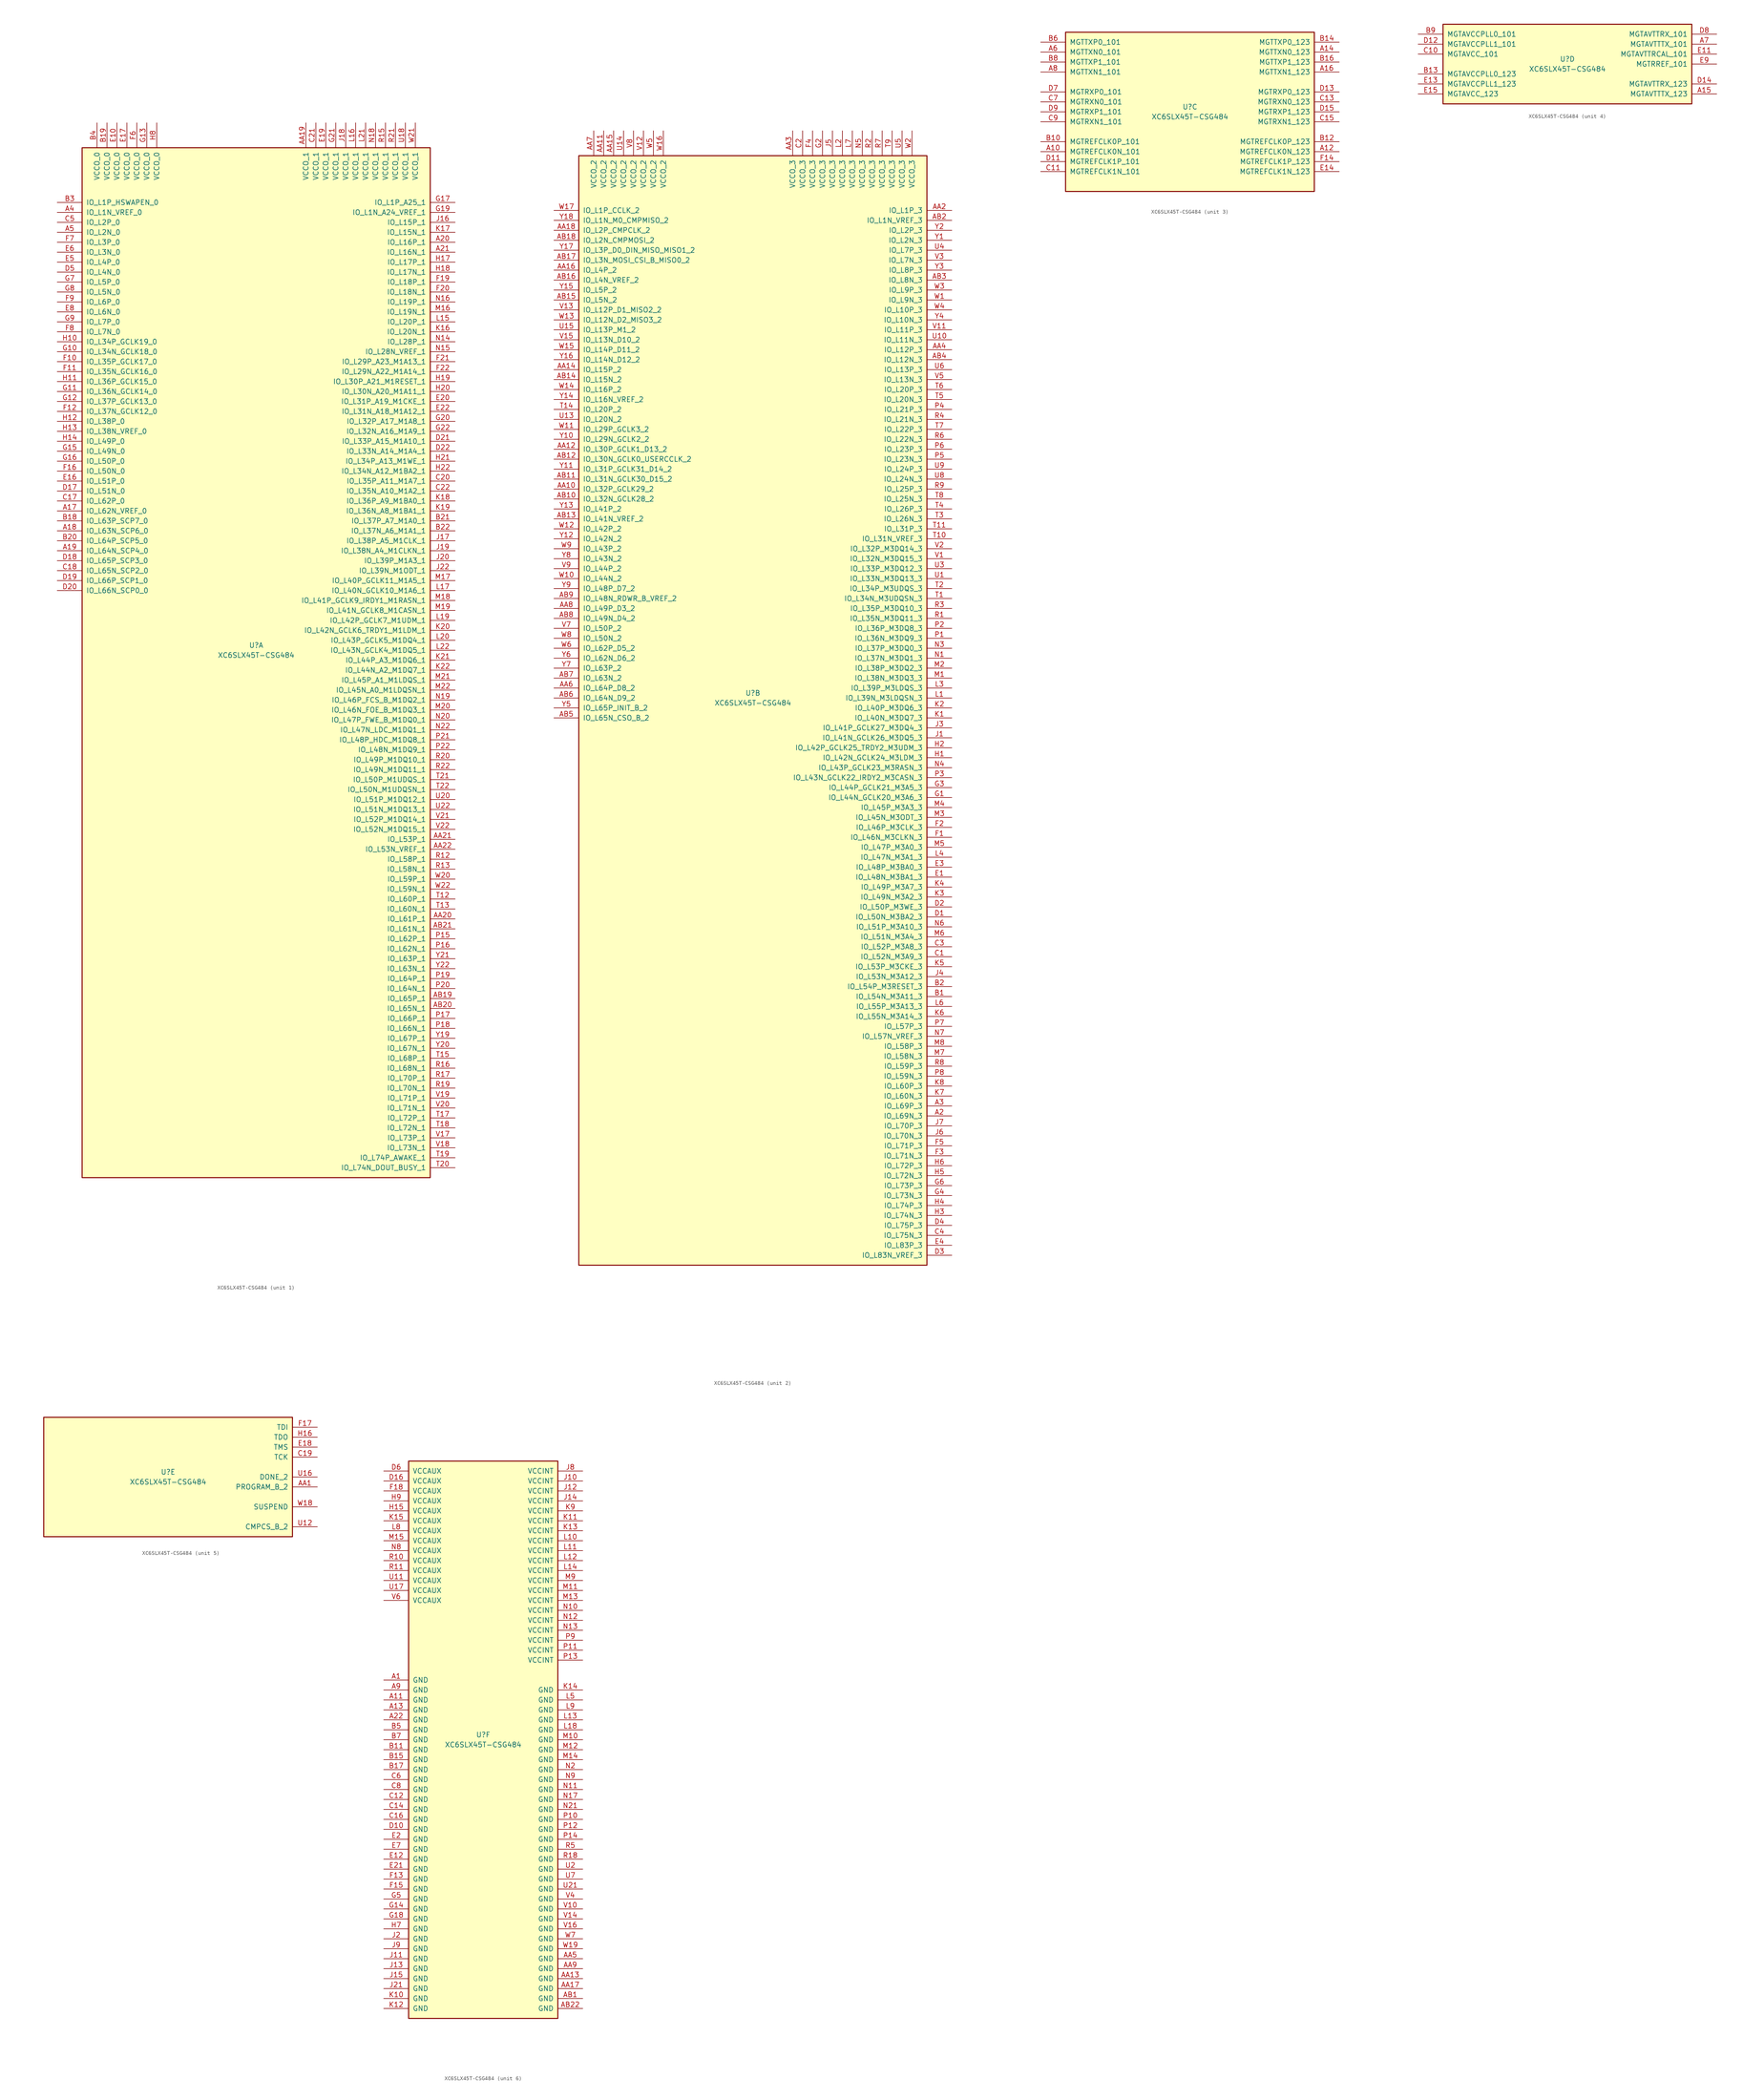
<source format=kicad_sym>
(kicad_symbol_lib
  (version 20201005)
  (generator kicad_symbol_editor)
  (symbol "XC6SLX45T-CSG484"
    (pin_names
      (offset 1.016))
    (property "Reference" "U"
      (at 0 1.27 0)
      (effects (font (size 1.27 1.27))))
    (property "Value" "XC6SLX45T-CSG484"
      (at 0 -1.27 0)
      (effects (font (size 1.27 1.27))))
    (property "Datasheet" ""
      (at 0 0 0)
      (effects (font (size 1.27 1.27))))
    (property "ki_locked" ""
      (at 0 0 0)
      (effects (font (size 1.27 1.27))))
    (symbol "XC6SLX45T-CSG484_1_1"
      (rectangle (start -44.45 128.27) (end 44.45 -134.62) (stroke (width 0.254)) (fill (type background)))
      (pin power_in line (at -40.64 134.62 270) (length 6.35) (name "VCCO_0" (effects (font (size 1.27 1.27)))) (number "B4" (effects (font (size 1.27 1.27)))))
      (pin power_in line (at -38.1 134.62 270) (length 6.35) (name "VCCO_0" (effects (font (size 1.27 1.27)))) (number "B19" (effects (font (size 1.27 1.27)))))
      (pin power_in line (at -35.56 134.62 270) (length 6.35) (name "VCCO_0" (effects (font (size 1.27 1.27)))) (number "E10" (effects (font (size 1.27 1.27)))))
      (pin power_in line (at -33.02 134.62 270) (length 6.35) (name "VCCO_0" (effects (font (size 1.27 1.27)))) (number "E17" (effects (font (size 1.27 1.27)))))
      (pin power_in line (at -30.48 134.62 270) (length 6.35) (name "VCCO_0" (effects (font (size 1.27 1.27)))) (number "F6" (effects (font (size 1.27 1.27)))))
      (pin power_in line (at -27.94 134.62 270) (length 6.35) (name "VCCO_0" (effects (font (size 1.27 1.27)))) (number "G13" (effects (font (size 1.27 1.27)))))
      (pin power_in line (at -25.4 134.62 270) (length 6.35) (name "VCCO_0" (effects (font (size 1.27 1.27)))) (number "H8" (effects (font (size 1.27 1.27)))))
      (pin bidirectional line (at -50.8 114.3 0) (length 6.35) (name "IO_L1P_HSWAPEN_0" (effects (font (size 1.27 1.27)))) (number "B3" (effects (font (size 1.27 1.27)))))
      (pin bidirectional line (at -50.8 111.76 0) (length 6.35) (name "IO_L1N_VREF_0" (effects (font (size 1.27 1.27)))) (number "A4" (effects (font (size 1.27 1.27)))))
      (pin bidirectional line (at -50.8 109.22 0) (length 6.35) (name "IO_L2P_0" (effects (font (size 1.27 1.27)))) (number "C5" (effects (font (size 1.27 1.27)))))
      (pin bidirectional line (at -50.8 106.68 0) (length 6.35) (name "IO_L2N_0" (effects (font (size 1.27 1.27)))) (number "A5" (effects (font (size 1.27 1.27)))))
      (pin bidirectional line (at -50.8 104.14 0) (length 6.35) (name "IO_L3P_0" (effects (font (size 1.27 1.27)))) (number "F7" (effects (font (size 1.27 1.27)))))
      (pin bidirectional line (at -50.8 101.6 0) (length 6.35) (name "IO_L3N_0" (effects (font (size 1.27 1.27)))) (number "E6" (effects (font (size 1.27 1.27)))))
      (pin bidirectional line (at -50.8 99.06 0) (length 6.35) (name "IO_L4P_0" (effects (font (size 1.27 1.27)))) (number "E5" (effects (font (size 1.27 1.27)))))
      (pin bidirectional line (at -50.8 96.52 0) (length 6.35) (name "IO_L4N_0" (effects (font (size 1.27 1.27)))) (number "D5" (effects (font (size 1.27 1.27)))))
      (pin bidirectional line (at -50.8 93.98 0) (length 6.35) (name "IO_L5P_0" (effects (font (size 1.27 1.27)))) (number "G7" (effects (font (size 1.27 1.27)))))
      (pin bidirectional line (at -50.8 91.44 0) (length 6.35) (name "IO_L5N_0" (effects (font (size 1.27 1.27)))) (number "G8" (effects (font (size 1.27 1.27)))))
      (pin bidirectional line (at -50.8 88.9 0) (length 6.35) (name "IO_L6P_0" (effects (font (size 1.27 1.27)))) (number "F9" (effects (font (size 1.27 1.27)))))
      (pin bidirectional line (at -50.8 86.36 0) (length 6.35) (name "IO_L6N_0" (effects (font (size 1.27 1.27)))) (number "E8" (effects (font (size 1.27 1.27)))))
      (pin bidirectional line (at -50.8 83.82 0) (length 6.35) (name "IO_L7P_0" (effects (font (size 1.27 1.27)))) (number "G9" (effects (font (size 1.27 1.27)))))
      (pin bidirectional line (at -50.8 81.28 0) (length 6.35) (name "IO_L7N_0" (effects (font (size 1.27 1.27)))) (number "F8" (effects (font (size 1.27 1.27)))))
      (pin bidirectional line (at -50.8 78.74 0) (length 6.35) (name "IO_L34P_GCLK19_0" (effects (font (size 1.27 1.27)))) (number "H10" (effects (font (size 1.27 1.27)))))
      (pin bidirectional line (at -50.8 76.2 0) (length 6.35) (name "IO_L34N_GCLK18_0" (effects (font (size 1.27 1.27)))) (number "G10" (effects (font (size 1.27 1.27)))))
      (pin bidirectional line (at -50.8 73.66 0) (length 6.35) (name "IO_L35P_GCLK17_0" (effects (font (size 1.27 1.27)))) (number "F10" (effects (font (size 1.27 1.27)))))
      (pin bidirectional line (at -50.8 71.12 0) (length 6.35) (name "IO_L35N_GCLK16_0" (effects (font (size 1.27 1.27)))) (number "F11" (effects (font (size 1.27 1.27)))))
      (pin bidirectional line (at -50.8 68.58 0) (length 6.35) (name "IO_L36P_GCLK15_0" (effects (font (size 1.27 1.27)))) (number "H11" (effects (font (size 1.27 1.27)))))
      (pin bidirectional line (at -50.8 66.04 0) (length 6.35) (name "IO_L36N_GCLK14_0" (effects (font (size 1.27 1.27)))) (number "G11" (effects (font (size 1.27 1.27)))))
      (pin bidirectional line (at -50.8 63.5 0) (length 6.35) (name "IO_L37P_GCLK13_0" (effects (font (size 1.27 1.27)))) (number "G12" (effects (font (size 1.27 1.27)))))
      (pin bidirectional line (at -50.8 60.96 0) (length 6.35) (name "IO_L37N_GCLK12_0" (effects (font (size 1.27 1.27)))) (number "F12" (effects (font (size 1.27 1.27)))))
      (pin bidirectional line (at -50.8 58.42 0) (length 6.35) (name "IO_L38P_0" (effects (font (size 1.27 1.27)))) (number "H12" (effects (font (size 1.27 1.27)))))
      (pin bidirectional line (at -50.8 55.88 0) (length 6.35) (name "IO_L38N_VREF_0" (effects (font (size 1.27 1.27)))) (number "H13" (effects (font (size 1.27 1.27)))))
      (pin bidirectional line (at -50.8 53.34 0) (length 6.35) (name "IO_L49P_0" (effects (font (size 1.27 1.27)))) (number "H14" (effects (font (size 1.27 1.27)))))
      (pin bidirectional line (at -50.8 50.8 0) (length 6.35) (name "IO_L49N_0" (effects (font (size 1.27 1.27)))) (number "G15" (effects (font (size 1.27 1.27)))))
      (pin bidirectional line (at -50.8 48.26 0) (length 6.35) (name "IO_L50P_0" (effects (font (size 1.27 1.27)))) (number "G16" (effects (font (size 1.27 1.27)))))
      (pin bidirectional line (at -50.8 45.72 0) (length 6.35) (name "IO_L50N_0" (effects (font (size 1.27 1.27)))) (number "F16" (effects (font (size 1.27 1.27)))))
      (pin bidirectional line (at -50.8 43.18 0) (length 6.35) (name "IO_L51P_0" (effects (font (size 1.27 1.27)))) (number "E16" (effects (font (size 1.27 1.27)))))
      (pin bidirectional line (at -50.8 40.64 0) (length 6.35) (name "IO_L51N_0" (effects (font (size 1.27 1.27)))) (number "D17" (effects (font (size 1.27 1.27)))))
      (pin bidirectional line (at -50.8 38.1 0) (length 6.35) (name "IO_L62P_0" (effects (font (size 1.27 1.27)))) (number "C17" (effects (font (size 1.27 1.27)))))
      (pin bidirectional line (at -50.8 35.56 0) (length 6.35) (name "IO_L62N_VREF_0" (effects (font (size 1.27 1.27)))) (number "A17" (effects (font (size 1.27 1.27)))))
      (pin bidirectional line (at -50.8 33.02 0) (length 6.35) (name "IO_L63P_SCP7_0" (effects (font (size 1.27 1.27)))) (number "B18" (effects (font (size 1.27 1.27)))))
      (pin bidirectional line (at -50.8 30.48 0) (length 6.35) (name "IO_L63N_SCP6_0" (effects (font (size 1.27 1.27)))) (number "A18" (effects (font (size 1.27 1.27)))))
      (pin bidirectional line (at -50.8 27.94 0) (length 6.35) (name "IO_L64P_SCP5_0" (effects (font (size 1.27 1.27)))) (number "B20" (effects (font (size 1.27 1.27)))))
      (pin bidirectional line (at -50.8 25.4 0) (length 6.35) (name "IO_L64N_SCP4_0" (effects (font (size 1.27 1.27)))) (number "A19" (effects (font (size 1.27 1.27)))))
      (pin bidirectional line (at -50.8 22.86 0) (length 6.35) (name "IO_L65P_SCP3_0" (effects (font (size 1.27 1.27)))) (number "D18" (effects (font (size 1.27 1.27)))))
      (pin bidirectional line (at -50.8 20.32 0) (length 6.35) (name "IO_L65N_SCP2_0" (effects (font (size 1.27 1.27)))) (number "C18" (effects (font (size 1.27 1.27)))))
      (pin bidirectional line (at -50.8 17.78 0) (length 6.35) (name "IO_L66P_SCP1_0" (effects (font (size 1.27 1.27)))) (number "D19" (effects (font (size 1.27 1.27)))))
      (pin bidirectional line (at -50.8 15.24 0) (length 6.35) (name "IO_L66N_SCP0_0" (effects (font (size 1.27 1.27)))) (number "D20" (effects (font (size 1.27 1.27)))))
      (pin power_in line (at 12.7 134.62 270) (length 6.35) (name "VCCO_1" (effects (font (size 1.27 1.27)))) (number "AA19" (effects (font (size 1.27 1.27)))))
      (pin power_in line (at 15.24 134.62 270) (length 6.35) (name "VCCO_1" (effects (font (size 1.27 1.27)))) (number "C21" (effects (font (size 1.27 1.27)))))
      (pin power_in line (at 17.78 134.62 270) (length 6.35) (name "VCCO_1" (effects (font (size 1.27 1.27)))) (number "E19" (effects (font (size 1.27 1.27)))))
      (pin power_in line (at 20.32 134.62 270) (length 6.35) (name "VCCO_1" (effects (font (size 1.27 1.27)))) (number "G21" (effects (font (size 1.27 1.27)))))
      (pin power_in line (at 22.86 134.62 270) (length 6.35) (name "VCCO_1" (effects (font (size 1.27 1.27)))) (number "J18" (effects (font (size 1.27 1.27)))))
      (pin power_in line (at 25.4 134.62 270) (length 6.35) (name "VCCO_1" (effects (font (size 1.27 1.27)))) (number "L16" (effects (font (size 1.27 1.27)))))
      (pin power_in line (at 27.94 134.62 270) (length 6.35) (name "VCCO_1" (effects (font (size 1.27 1.27)))) (number "L21" (effects (font (size 1.27 1.27)))))
      (pin power_in line (at 30.48 134.62 270) (length 6.35) (name "VCCO_1" (effects (font (size 1.27 1.27)))) (number "N18" (effects (font (size 1.27 1.27)))))
      (pin power_in line (at 33.02 134.62 270) (length 6.35) (name "VCCO_1" (effects (font (size 1.27 1.27)))) (number "R15" (effects (font (size 1.27 1.27)))))
      (pin power_in line (at 35.56 134.62 270) (length 6.35) (name "VCCO_1" (effects (font (size 1.27 1.27)))) (number "R21" (effects (font (size 1.27 1.27)))))
      (pin power_in line (at 38.1 134.62 270) (length 6.35) (name "VCCO_1" (effects (font (size 1.27 1.27)))) (number "U18" (effects (font (size 1.27 1.27)))))
      (pin power_in line (at 40.64 134.62 270) (length 6.35) (name "VCCO_1" (effects (font (size 1.27 1.27)))) (number "W21" (effects (font (size 1.27 1.27)))))
      (pin bidirectional line (at 50.8 114.3 180) (length 6.35) (name "IO_L1P_A25_1" (effects (font (size 1.27 1.27)))) (number "G17" (effects (font (size 1.27 1.27)))))
      (pin bidirectional line (at 50.8 111.76 180) (length 6.35) (name "IO_L1N_A24_VREF_1" (effects (font (size 1.27 1.27)))) (number "G19" (effects (font (size 1.27 1.27)))))
      (pin bidirectional line (at 50.8 109.22 180) (length 6.35) (name "IO_L15P_1" (effects (font (size 1.27 1.27)))) (number "J16" (effects (font (size 1.27 1.27)))))
      (pin bidirectional line (at 50.8 106.68 180) (length 6.35) (name "IO_L15N_1" (effects (font (size 1.27 1.27)))) (number "K17" (effects (font (size 1.27 1.27)))))
      (pin bidirectional line (at 50.8 104.14 180) (length 6.35) (name "IO_L16P_1" (effects (font (size 1.27 1.27)))) (number "A20" (effects (font (size 1.27 1.27)))))
      (pin bidirectional line (at 50.8 101.6 180) (length 6.35) (name "IO_L16N_1" (effects (font (size 1.27 1.27)))) (number "A21" (effects (font (size 1.27 1.27)))))
      (pin bidirectional line (at 50.8 99.06 180) (length 6.35) (name "IO_L17P_1" (effects (font (size 1.27 1.27)))) (number "H17" (effects (font (size 1.27 1.27)))))
      (pin bidirectional line (at 50.8 96.52 180) (length 6.35) (name "IO_L17N_1" (effects (font (size 1.27 1.27)))) (number "H18" (effects (font (size 1.27 1.27)))))
      (pin bidirectional line (at 50.8 93.98 180) (length 6.35) (name "IO_L18P_1" (effects (font (size 1.27 1.27)))) (number "F19" (effects (font (size 1.27 1.27)))))
      (pin bidirectional line (at 50.8 91.44 180) (length 6.35) (name "IO_L18N_1" (effects (font (size 1.27 1.27)))) (number "F20" (effects (font (size 1.27 1.27)))))
      (pin bidirectional line (at 50.8 88.9 180) (length 6.35) (name "IO_L19P_1" (effects (font (size 1.27 1.27)))) (number "N16" (effects (font (size 1.27 1.27)))))
      (pin bidirectional line (at 50.8 86.36 180) (length 6.35) (name "IO_L19N_1" (effects (font (size 1.27 1.27)))) (number "M16" (effects (font (size 1.27 1.27)))))
      (pin bidirectional line (at 50.8 83.82 180) (length 6.35) (name "IO_L20P_1" (effects (font (size 1.27 1.27)))) (number "L15" (effects (font (size 1.27 1.27)))))
      (pin bidirectional line (at 50.8 81.28 180) (length 6.35) (name "IO_L20N_1" (effects (font (size 1.27 1.27)))) (number "K16" (effects (font (size 1.27 1.27)))))
      (pin bidirectional line (at 50.8 78.74 180) (length 6.35) (name "IO_L28P_1" (effects (font (size 1.27 1.27)))) (number "N14" (effects (font (size 1.27 1.27)))))
      (pin bidirectional line (at 50.8 76.2 180) (length 6.35) (name "IO_L28N_VREF_1" (effects (font (size 1.27 1.27)))) (number "N15" (effects (font (size 1.27 1.27)))))
      (pin bidirectional line (at 50.8 73.66 180) (length 6.35) (name "IO_L29P_A23_M1A13_1" (effects (font (size 1.27 1.27)))) (number "F21" (effects (font (size 1.27 1.27)))))
      (pin bidirectional line (at 50.8 71.12 180) (length 6.35) (name "IO_L29N_A22_M1A14_1" (effects (font (size 1.27 1.27)))) (number "F22" (effects (font (size 1.27 1.27)))))
      (pin bidirectional line (at 50.8 68.58 180) (length 6.35) (name "IO_L30P_A21_M1RESET_1" (effects (font (size 1.27 1.27)))) (number "H19" (effects (font (size 1.27 1.27)))))
      (pin bidirectional line (at 50.8 66.04 180) (length 6.35) (name "IO_L30N_A20_M1A11_1" (effects (font (size 1.27 1.27)))) (number "H20" (effects (font (size 1.27 1.27)))))
      (pin bidirectional line (at 50.8 63.5 180) (length 6.35) (name "IO_L31P_A19_M1CKE_1" (effects (font (size 1.27 1.27)))) (number "E20" (effects (font (size 1.27 1.27)))))
      (pin bidirectional line (at 50.8 60.96 180) (length 6.35) (name "IO_L31N_A18_M1A12_1" (effects (font (size 1.27 1.27)))) (number "E22" (effects (font (size 1.27 1.27)))))
      (pin bidirectional line (at 50.8 58.42 180) (length 6.35) (name "IO_L32P_A17_M1A8_1" (effects (font (size 1.27 1.27)))) (number "G20" (effects (font (size 1.27 1.27)))))
      (pin bidirectional line (at 50.8 55.88 180) (length 6.35) (name "IO_L32N_A16_M1A9_1" (effects (font (size 1.27 1.27)))) (number "G22" (effects (font (size 1.27 1.27)))))
      (pin bidirectional line (at 50.8 53.34 180) (length 6.35) (name "IO_L33P_A15_M1A10_1" (effects (font (size 1.27 1.27)))) (number "D21" (effects (font (size 1.27 1.27)))))
      (pin bidirectional line (at 50.8 50.8 180) (length 6.35) (name "IO_L33N_A14_M1A4_1" (effects (font (size 1.27 1.27)))) (number "D22" (effects (font (size 1.27 1.27)))))
      (pin bidirectional line (at 50.8 48.26 180) (length 6.35) (name "IO_L34P_A13_M1WE_1" (effects (font (size 1.27 1.27)))) (number "H21" (effects (font (size 1.27 1.27)))))
      (pin bidirectional line (at 50.8 45.72 180) (length 6.35) (name "IO_L34N_A12_M1BA2_1" (effects (font (size 1.27 1.27)))) (number "H22" (effects (font (size 1.27 1.27)))))
      (pin bidirectional line (at 50.8 43.18 180) (length 6.35) (name "IO_L35P_A11_M1A7_1" (effects (font (size 1.27 1.27)))) (number "C20" (effects (font (size 1.27 1.27)))))
      (pin bidirectional line (at 50.8 40.64 180) (length 6.35) (name "IO_L35N_A10_M1A2_1" (effects (font (size 1.27 1.27)))) (number "C22" (effects (font (size 1.27 1.27)))))
      (pin bidirectional line (at 50.8 38.1 180) (length 6.35) (name "IO_L36P_A9_M1BA0_1" (effects (font (size 1.27 1.27)))) (number "K18" (effects (font (size 1.27 1.27)))))
      (pin bidirectional line (at 50.8 35.56 180) (length 6.35) (name "IO_L36N_A8_M1BA1_1" (effects (font (size 1.27 1.27)))) (number "K19" (effects (font (size 1.27 1.27)))))
      (pin bidirectional line (at 50.8 33.02 180) (length 6.35) (name "IO_L37P_A7_M1A0_1" (effects (font (size 1.27 1.27)))) (number "B21" (effects (font (size 1.27 1.27)))))
      (pin bidirectional line (at 50.8 30.48 180) (length 6.35) (name "IO_L37N_A6_M1A1_1" (effects (font (size 1.27 1.27)))) (number "B22" (effects (font (size 1.27 1.27)))))
      (pin bidirectional line (at 50.8 27.94 180) (length 6.35) (name "IO_L38P_A5_M1CLK_1" (effects (font (size 1.27 1.27)))) (number "J17" (effects (font (size 1.27 1.27)))))
      (pin bidirectional line (at 50.8 25.4 180) (length 6.35) (name "IO_L38N_A4_M1CLKN_1" (effects (font (size 1.27 1.27)))) (number "J19" (effects (font (size 1.27 1.27)))))
      (pin bidirectional line (at 50.8 22.86 180) (length 6.35) (name "IO_L39P_M1A3_1" (effects (font (size 1.27 1.27)))) (number "J20" (effects (font (size 1.27 1.27)))))
      (pin bidirectional line (at 50.8 20.32 180) (length 6.35) (name "IO_L39N_M1ODT_1" (effects (font (size 1.27 1.27)))) (number "J22" (effects (font (size 1.27 1.27)))))
      (pin bidirectional line (at 50.8 17.78 180) (length 6.35) (name "IO_L40P_GCLK11_M1A5_1" (effects (font (size 1.27 1.27)))) (number "M17" (effects (font (size 1.27 1.27)))))
      (pin bidirectional line (at 50.8 15.24 180) (length 6.35) (name "IO_L40N_GCLK10_M1A6_1" (effects (font (size 1.27 1.27)))) (number "L17" (effects (font (size 1.27 1.27)))))
      (pin bidirectional line (at 50.8 12.7 180) (length 6.35) (name "IO_L41P_GCLK9_IRDY1_M1RASN_1" (effects (font (size 1.27 1.27)))) (number "M18" (effects (font (size 1.27 1.27)))))
      (pin bidirectional line (at 50.8 10.16 180) (length 6.35) (name "IO_L41N_GCLK8_M1CASN_1" (effects (font (size 1.27 1.27)))) (number "M19" (effects (font (size 1.27 1.27)))))
      (pin bidirectional line (at 50.8 7.62 180) (length 6.35) (name "IO_L42P_GCLK7_M1UDM_1" (effects (font (size 1.27 1.27)))) (number "L19" (effects (font (size 1.27 1.27)))))
      (pin bidirectional line (at 50.8 5.08 180) (length 6.35) (name "IO_L42N_GCLK6_TRDY1_M1LDM_1" (effects (font (size 1.27 1.27)))) (number "K20" (effects (font (size 1.27 1.27)))))
      (pin bidirectional line (at 50.8 2.54 180) (length 6.35) (name "IO_L43P_GCLK5_M1DQ4_1" (effects (font (size 1.27 1.27)))) (number "L20" (effects (font (size 1.27 1.27)))))
      (pin bidirectional line (at 50.8 0 180) (length 6.35) (name "IO_L43N_GCLK4_M1DQ5_1" (effects (font (size 1.27 1.27)))) (number "L22" (effects (font (size 1.27 1.27)))))
      (pin bidirectional line (at 50.8 -2.54 180) (length 6.35) (name "IO_L44P_A3_M1DQ6_1" (effects (font (size 1.27 1.27)))) (number "K21" (effects (font (size 1.27 1.27)))))
      (pin bidirectional line (at 50.8 -5.08 180) (length 6.35) (name "IO_L44N_A2_M1DQ7_1" (effects (font (size 1.27 1.27)))) (number "K22" (effects (font (size 1.27 1.27)))))
      (pin bidirectional line (at 50.8 -7.62 180) (length 6.35) (name "IO_L45P_A1_M1LDQS_1" (effects (font (size 1.27 1.27)))) (number "M21" (effects (font (size 1.27 1.27)))))
      (pin bidirectional line (at 50.8 -10.16 180) (length 6.35) (name "IO_L45N_A0_M1LDQSN_1" (effects (font (size 1.27 1.27)))) (number "M22" (effects (font (size 1.27 1.27)))))
      (pin bidirectional line (at 50.8 -12.7 180) (length 6.35) (name "IO_L46P_FCS_B_M1DQ2_1" (effects (font (size 1.27 1.27)))) (number "N19" (effects (font (size 1.27 1.27)))))
      (pin bidirectional line (at 50.8 -15.24 180) (length 6.35) (name "IO_L46N_FOE_B_M1DQ3_1" (effects (font (size 1.27 1.27)))) (number "M20" (effects (font (size 1.27 1.27)))))
      (pin bidirectional line (at 50.8 -17.78 180) (length 6.35) (name "IO_L47P_FWE_B_M1DQ0_1" (effects (font (size 1.27 1.27)))) (number "N20" (effects (font (size 1.27 1.27)))))
      (pin bidirectional line (at 50.8 -20.32 180) (length 6.35) (name "IO_L47N_LDC_M1DQ1_1" (effects (font (size 1.27 1.27)))) (number "N22" (effects (font (size 1.27 1.27)))))
      (pin bidirectional line (at 50.8 -22.86 180) (length 6.35) (name "IO_L48P_HDC_M1DQ8_1" (effects (font (size 1.27 1.27)))) (number "P21" (effects (font (size 1.27 1.27)))))
      (pin bidirectional line (at 50.8 -25.4 180) (length 6.35) (name "IO_L48N_M1DQ9_1" (effects (font (size 1.27 1.27)))) (number "P22" (effects (font (size 1.27 1.27)))))
      (pin bidirectional line (at 50.8 -27.94 180) (length 6.35) (name "IO_L49P_M1DQ10_1" (effects (font (size 1.27 1.27)))) (number "R20" (effects (font (size 1.27 1.27)))))
      (pin bidirectional line (at 50.8 -30.48 180) (length 6.35) (name "IO_L49N_M1DQ11_1" (effects (font (size 1.27 1.27)))) (number "R22" (effects (font (size 1.27 1.27)))))
      (pin bidirectional line (at 50.8 -33.02 180) (length 6.35) (name "IO_L50P_M1UDQS_1" (effects (font (size 1.27 1.27)))) (number "T21" (effects (font (size 1.27 1.27)))))
      (pin bidirectional line (at 50.8 -35.56 180) (length 6.35) (name "IO_L50N_M1UDQSN_1" (effects (font (size 1.27 1.27)))) (number "T22" (effects (font (size 1.27 1.27)))))
      (pin bidirectional line (at 50.8 -38.1 180) (length 6.35) (name "IO_L51P_M1DQ12_1" (effects (font (size 1.27 1.27)))) (number "U20" (effects (font (size 1.27 1.27)))))
      (pin bidirectional line (at 50.8 -40.64 180) (length 6.35) (name "IO_L51N_M1DQ13_1" (effects (font (size 1.27 1.27)))) (number "U22" (effects (font (size 1.27 1.27)))))
      (pin bidirectional line (at 50.8 -43.18 180) (length 6.35) (name "IO_L52P_M1DQ14_1" (effects (font (size 1.27 1.27)))) (number "V21" (effects (font (size 1.27 1.27)))))
      (pin bidirectional line (at 50.8 -45.72 180) (length 6.35) (name "IO_L52N_M1DQ15_1" (effects (font (size 1.27 1.27)))) (number "V22" (effects (font (size 1.27 1.27)))))
      (pin bidirectional line (at 50.8 -48.26 180) (length 6.35) (name "IO_L53P_1" (effects (font (size 1.27 1.27)))) (number "AA21" (effects (font (size 1.27 1.27)))))
      (pin bidirectional line (at 50.8 -50.8 180) (length 6.35) (name "IO_L53N_VREF_1" (effects (font (size 1.27 1.27)))) (number "AA22" (effects (font (size 1.27 1.27)))))
      (pin bidirectional line (at 50.8 -53.34 180) (length 6.35) (name "IO_L58P_1" (effects (font (size 1.27 1.27)))) (number "R12" (effects (font (size 1.27 1.27)))))
      (pin bidirectional line (at 50.8 -55.88 180) (length 6.35) (name "IO_L58N_1" (effects (font (size 1.27 1.27)))) (number "R13" (effects (font (size 1.27 1.27)))))
      (pin bidirectional line (at 50.8 -58.42 180) (length 6.35) (name "IO_L59P_1" (effects (font (size 1.27 1.27)))) (number "W20" (effects (font (size 1.27 1.27)))))
      (pin bidirectional line (at 50.8 -60.96 180) (length 6.35) (name "IO_L59N_1" (effects (font (size 1.27 1.27)))) (number "W22" (effects (font (size 1.27 1.27)))))
      (pin bidirectional line (at 50.8 -63.5 180) (length 6.35) (name "IO_L60P_1" (effects (font (size 1.27 1.27)))) (number "T12" (effects (font (size 1.27 1.27)))))
      (pin bidirectional line (at 50.8 -66.04 180) (length 6.35) (name "IO_L60N_1" (effects (font (size 1.27 1.27)))) (number "T13" (effects (font (size 1.27 1.27)))))
      (pin bidirectional line (at 50.8 -68.58 180) (length 6.35) (name "IO_L61P_1" (effects (font (size 1.27 1.27)))) (number "AA20" (effects (font (size 1.27 1.27)))))
      (pin bidirectional line (at 50.8 -71.12 180) (length 6.35) (name "IO_L61N_1" (effects (font (size 1.27 1.27)))) (number "AB21" (effects (font (size 1.27 1.27)))))
      (pin bidirectional line (at 50.8 -73.66 180) (length 6.35) (name "IO_L62P_1" (effects (font (size 1.27 1.27)))) (number "P15" (effects (font (size 1.27 1.27)))))
      (pin bidirectional line (at 50.8 -76.2 180) (length 6.35) (name "IO_L62N_1" (effects (font (size 1.27 1.27)))) (number "P16" (effects (font (size 1.27 1.27)))))
      (pin bidirectional line (at 50.8 -78.74 180) (length 6.35) (name "IO_L63P_1" (effects (font (size 1.27 1.27)))) (number "Y21" (effects (font (size 1.27 1.27)))))
      (pin bidirectional line (at 50.8 -81.28 180) (length 6.35) (name "IO_L63N_1" (effects (font (size 1.27 1.27)))) (number "Y22" (effects (font (size 1.27 1.27)))))
      (pin bidirectional line (at 50.8 -83.82 180) (length 6.35) (name "IO_L64P_1" (effects (font (size 1.27 1.27)))) (number "P19" (effects (font (size 1.27 1.27)))))
      (pin bidirectional line (at 50.8 -86.36 180) (length 6.35) (name "IO_L64N_1" (effects (font (size 1.27 1.27)))) (number "P20" (effects (font (size 1.27 1.27)))))
      (pin bidirectional line (at 50.8 -88.9 180) (length 6.35) (name "IO_L65P_1" (effects (font (size 1.27 1.27)))) (number "AB19" (effects (font (size 1.27 1.27)))))
      (pin bidirectional line (at 50.8 -91.44 180) (length 6.35) (name "IO_L65N_1" (effects (font (size 1.27 1.27)))) (number "AB20" (effects (font (size 1.27 1.27)))))
      (pin bidirectional line (at 50.8 -93.98 180) (length 6.35) (name "IO_L66P_1" (effects (font (size 1.27 1.27)))) (number "P17" (effects (font (size 1.27 1.27)))))
      (pin bidirectional line (at 50.8 -96.52 180) (length 6.35) (name "IO_L66N_1" (effects (font (size 1.27 1.27)))) (number "P18" (effects (font (size 1.27 1.27)))))
      (pin bidirectional line (at 50.8 -99.06 180) (length 6.35) (name "IO_L67P_1" (effects (font (size 1.27 1.27)))) (number "Y19" (effects (font (size 1.27 1.27)))))
      (pin bidirectional line (at 50.8 -101.6 180) (length 6.35) (name "IO_L67N_1" (effects (font (size 1.27 1.27)))) (number "Y20" (effects (font (size 1.27 1.27)))))
      (pin bidirectional line (at 50.8 -104.14 180) (length 6.35) (name "IO_L68P_1" (effects (font (size 1.27 1.27)))) (number "T15" (effects (font (size 1.27 1.27)))))
      (pin bidirectional line (at 50.8 -106.68 180) (length 6.35) (name "IO_L68N_1" (effects (font (size 1.27 1.27)))) (number "R16" (effects (font (size 1.27 1.27)))))
      (pin bidirectional line (at 50.8 -109.22 180) (length 6.35) (name "IO_L70P_1" (effects (font (size 1.27 1.27)))) (number "R17" (effects (font (size 1.27 1.27)))))
      (pin bidirectional line (at 50.8 -111.76 180) (length 6.35) (name "IO_L70N_1" (effects (font (size 1.27 1.27)))) (number "R19" (effects (font (size 1.27 1.27)))))
      (pin bidirectional line (at 50.8 -114.3 180) (length 6.35) (name "IO_L71P_1" (effects (font (size 1.27 1.27)))) (number "V19" (effects (font (size 1.27 1.27)))))
      (pin bidirectional line (at 50.8 -116.84 180) (length 6.35) (name "IO_L71N_1" (effects (font (size 1.27 1.27)))) (number "V20" (effects (font (size 1.27 1.27)))))
      (pin bidirectional line (at 50.8 -119.38 180) (length 6.35) (name "IO_L72P_1" (effects (font (size 1.27 1.27)))) (number "T17" (effects (font (size 1.27 1.27)))))
      (pin bidirectional line (at 50.8 -121.92 180) (length 6.35) (name "IO_L72N_1" (effects (font (size 1.27 1.27)))) (number "T18" (effects (font (size 1.27 1.27)))))
      (pin bidirectional line (at 50.8 -124.46 180) (length 6.35) (name "IO_L73P_1" (effects (font (size 1.27 1.27)))) (number "V17" (effects (font (size 1.27 1.27)))))
      (pin bidirectional line (at 50.8 -127 180) (length 6.35) (name "IO_L73N_1" (effects (font (size 1.27 1.27)))) (number "V18" (effects (font (size 1.27 1.27)))))
      (pin bidirectional line (at 50.8 -129.54 180) (length 6.35) (name "IO_L74P_AWAKE_1" (effects (font (size 1.27 1.27)))) (number "T19" (effects (font (size 1.27 1.27)))))
      (pin bidirectional line (at 50.8 -132.08 180) (length 6.35) (name "IO_L74N_DOUT_BUSY_1" (effects (font (size 1.27 1.27)))) (number "T20" (effects (font (size 1.27 1.27))))))
    (symbol "XC6SLX45T-CSG484_2_1"
      (rectangle (start -44.45 138.43) (end 44.45 -144.78) (stroke (width 0.254)) (fill (type background)))
      (pin power_in line (at -40.64 144.78 270) (length 6.35) (name "VCCO_2" (effects (font (size 1.27 1.27)))) (number "AA7" (effects (font (size 1.27 1.27)))))
      (pin power_in line (at -38.1 144.78 270) (length 6.35) (name "VCCO_2" (effects (font (size 1.27 1.27)))) (number "AA11" (effects (font (size 1.27 1.27)))))
      (pin power_in line (at -35.56 144.78 270) (length 6.35) (name "VCCO_2" (effects (font (size 1.27 1.27)))) (number "AA15" (effects (font (size 1.27 1.27)))))
      (pin power_in line (at -33.02 144.78 270) (length 6.35) (name "VCCO_2" (effects (font (size 1.27 1.27)))) (number "U14" (effects (font (size 1.27 1.27)))))
      (pin power_in line (at -30.48 144.78 270) (length 6.35) (name "VCCO_2" (effects (font (size 1.27 1.27)))) (number "V8" (effects (font (size 1.27 1.27)))))
      (pin power_in line (at -27.94 144.78 270) (length 6.35) (name "VCCO_2" (effects (font (size 1.27 1.27)))) (number "V12" (effects (font (size 1.27 1.27)))))
      (pin power_in line (at -25.4 144.78 270) (length 6.35) (name "VCCO_2" (effects (font (size 1.27 1.27)))) (number "W5" (effects (font (size 1.27 1.27)))))
      (pin power_in line (at -22.86 144.78 270) (length 6.35) (name "VCCO_2" (effects (font (size 1.27 1.27)))) (number "W16" (effects (font (size 1.27 1.27)))))
      (pin bidirectional line (at -50.8 124.46 0) (length 6.35) (name "IO_L1P_CCLK_2" (effects (font (size 1.27 1.27)))) (number "W17" (effects (font (size 1.27 1.27)))))
      (pin bidirectional line (at -50.8 121.92 0) (length 6.35) (name "IO_L1N_M0_CMPMISO_2" (effects (font (size 1.27 1.27)))) (number "Y18" (effects (font (size 1.27 1.27)))))
      (pin bidirectional line (at -50.8 119.38 0) (length 6.35) (name "IO_L2P_CMPCLK_2" (effects (font (size 1.27 1.27)))) (number "AA18" (effects (font (size 1.27 1.27)))))
      (pin bidirectional line (at -50.8 116.84 0) (length 6.35) (name "IO_L2N_CMPMOSI_2" (effects (font (size 1.27 1.27)))) (number "AB18" (effects (font (size 1.27 1.27)))))
      (pin bidirectional line (at -50.8 114.3 0) (length 6.35) (name "IO_L3P_D0_DIN_MISO_MISO1_2" (effects (font (size 1.27 1.27)))) (number "Y17" (effects (font (size 1.27 1.27)))))
      (pin bidirectional line (at -50.8 111.76 0) (length 6.35) (name "IO_L3N_MOSI_CSI_B_MISO0_2" (effects (font (size 1.27 1.27)))) (number "AB17" (effects (font (size 1.27 1.27)))))
      (pin bidirectional line (at -50.8 109.22 0) (length 6.35) (name "IO_L4P_2" (effects (font (size 1.27 1.27)))) (number "AA16" (effects (font (size 1.27 1.27)))))
      (pin bidirectional line (at -50.8 106.68 0) (length 6.35) (name "IO_L4N_VREF_2" (effects (font (size 1.27 1.27)))) (number "AB16" (effects (font (size 1.27 1.27)))))
      (pin bidirectional line (at -50.8 104.14 0) (length 6.35) (name "IO_L5P_2" (effects (font (size 1.27 1.27)))) (number "Y15" (effects (font (size 1.27 1.27)))))
      (pin bidirectional line (at -50.8 101.6 0) (length 6.35) (name "IO_L5N_2" (effects (font (size 1.27 1.27)))) (number "AB15" (effects (font (size 1.27 1.27)))))
      (pin bidirectional line (at -50.8 99.06 0) (length 6.35) (name "IO_L12P_D1_MISO2_2" (effects (font (size 1.27 1.27)))) (number "V13" (effects (font (size 1.27 1.27)))))
      (pin bidirectional line (at -50.8 96.52 0) (length 6.35) (name "IO_L12N_D2_MISO3_2" (effects (font (size 1.27 1.27)))) (number "W13" (effects (font (size 1.27 1.27)))))
      (pin bidirectional line (at -50.8 93.98 0) (length 6.35) (name "IO_L13P_M1_2" (effects (font (size 1.27 1.27)))) (number "U15" (effects (font (size 1.27 1.27)))))
      (pin bidirectional line (at -50.8 91.44 0) (length 6.35) (name "IO_L13N_D10_2" (effects (font (size 1.27 1.27)))) (number "V15" (effects (font (size 1.27 1.27)))))
      (pin bidirectional line (at -50.8 88.9 0) (length 6.35) (name "IO_L14P_D11_2" (effects (font (size 1.27 1.27)))) (number "W15" (effects (font (size 1.27 1.27)))))
      (pin bidirectional line (at -50.8 86.36 0) (length 6.35) (name "IO_L14N_D12_2" (effects (font (size 1.27 1.27)))) (number "Y16" (effects (font (size 1.27 1.27)))))
      (pin bidirectional line (at -50.8 83.82 0) (length 6.35) (name "IO_L15P_2" (effects (font (size 1.27 1.27)))) (number "AA14" (effects (font (size 1.27 1.27)))))
      (pin bidirectional line (at -50.8 81.28 0) (length 6.35) (name "IO_L15N_2" (effects (font (size 1.27 1.27)))) (number "AB14" (effects (font (size 1.27 1.27)))))
      (pin bidirectional line (at -50.8 78.74 0) (length 6.35) (name "IO_L16P_2" (effects (font (size 1.27 1.27)))) (number "W14" (effects (font (size 1.27 1.27)))))
      (pin bidirectional line (at -50.8 76.2 0) (length 6.35) (name "IO_L16N_VREF_2" (effects (font (size 1.27 1.27)))) (number "Y14" (effects (font (size 1.27 1.27)))))
      (pin bidirectional line (at -50.8 73.66 0) (length 6.35) (name "IO_L20P_2" (effects (font (size 1.27 1.27)))) (number "T14" (effects (font (size 1.27 1.27)))))
      (pin bidirectional line (at -50.8 71.12 0) (length 6.35) (name "IO_L20N_2" (effects (font (size 1.27 1.27)))) (number "U13" (effects (font (size 1.27 1.27)))))
      (pin bidirectional line (at -50.8 68.58 0) (length 6.35) (name "IO_L29P_GCLK3_2" (effects (font (size 1.27 1.27)))) (number "W11" (effects (font (size 1.27 1.27)))))
      (pin bidirectional line (at -50.8 66.04 0) (length 6.35) (name "IO_L29N_GCLK2_2" (effects (font (size 1.27 1.27)))) (number "Y10" (effects (font (size 1.27 1.27)))))
      (pin bidirectional line (at -50.8 63.5 0) (length 6.35) (name "IO_L30P_GCLK1_D13_2" (effects (font (size 1.27 1.27)))) (number "AA12" (effects (font (size 1.27 1.27)))))
      (pin bidirectional line (at -50.8 60.96 0) (length 6.35) (name "IO_L30N_GCLK0_USERCCLK_2" (effects (font (size 1.27 1.27)))) (number "AB12" (effects (font (size 1.27 1.27)))))
      (pin bidirectional line (at -50.8 58.42 0) (length 6.35) (name "IO_L31P_GCLK31_D14_2" (effects (font (size 1.27 1.27)))) (number "Y11" (effects (font (size 1.27 1.27)))))
      (pin bidirectional line (at -50.8 55.88 0) (length 6.35) (name "IO_L31N_GCLK30_D15_2" (effects (font (size 1.27 1.27)))) (number "AB11" (effects (font (size 1.27 1.27)))))
      (pin bidirectional line (at -50.8 53.34 0) (length 6.35) (name "IO_L32P_GCLK29_2" (effects (font (size 1.27 1.27)))) (number "AA10" (effects (font (size 1.27 1.27)))))
      (pin bidirectional line (at -50.8 50.8 0) (length 6.35) (name "IO_L32N_GCLK28_2" (effects (font (size 1.27 1.27)))) (number "AB10" (effects (font (size 1.27 1.27)))))
      (pin bidirectional line (at -50.8 48.26 0) (length 6.35) (name "IO_L41P_2" (effects (font (size 1.27 1.27)))) (number "Y13" (effects (font (size 1.27 1.27)))))
      (pin bidirectional line (at -50.8 45.72 0) (length 6.35) (name "IO_L41N_VREF_2" (effects (font (size 1.27 1.27)))) (number "AB13" (effects (font (size 1.27 1.27)))))
      (pin bidirectional line (at -50.8 43.18 0) (length 6.35) (name "IO_L42P_2" (effects (font (size 1.27 1.27)))) (number "W12" (effects (font (size 1.27 1.27)))))
      (pin bidirectional line (at -50.8 40.64 0) (length 6.35) (name "IO_L42N_2" (effects (font (size 1.27 1.27)))) (number "Y12" (effects (font (size 1.27 1.27)))))
      (pin bidirectional line (at -50.8 38.1 0) (length 6.35) (name "IO_L43P_2" (effects (font (size 1.27 1.27)))) (number "W9" (effects (font (size 1.27 1.27)))))
      (pin bidirectional line (at -50.8 35.56 0) (length 6.35) (name "IO_L43N_2" (effects (font (size 1.27 1.27)))) (number "Y8" (effects (font (size 1.27 1.27)))))
      (pin bidirectional line (at -50.8 33.02 0) (length 6.35) (name "IO_L44P_2" (effects (font (size 1.27 1.27)))) (number "V9" (effects (font (size 1.27 1.27)))))
      (pin bidirectional line (at -50.8 30.48 0) (length 6.35) (name "IO_L44N_2" (effects (font (size 1.27 1.27)))) (number "W10" (effects (font (size 1.27 1.27)))))
      (pin bidirectional line (at -50.8 27.94 0) (length 6.35) (name "IO_L48P_D7_2" (effects (font (size 1.27 1.27)))) (number "Y9" (effects (font (size 1.27 1.27)))))
      (pin bidirectional line (at -50.8 25.4 0) (length 6.35) (name "IO_L48N_RDWR_B_VREF_2" (effects (font (size 1.27 1.27)))) (number "AB9" (effects (font (size 1.27 1.27)))))
      (pin bidirectional line (at -50.8 22.86 0) (length 6.35) (name "IO_L49P_D3_2" (effects (font (size 1.27 1.27)))) (number "AA8" (effects (font (size 1.27 1.27)))))
      (pin bidirectional line (at -50.8 20.32 0) (length 6.35) (name "IO_L49N_D4_2" (effects (font (size 1.27 1.27)))) (number "AB8" (effects (font (size 1.27 1.27)))))
      (pin bidirectional line (at -50.8 17.78 0) (length 6.35) (name "IO_L50P_2" (effects (font (size 1.27 1.27)))) (number "V7" (effects (font (size 1.27 1.27)))))
      (pin bidirectional line (at -50.8 15.24 0) (length 6.35) (name "IO_L50N_2" (effects (font (size 1.27 1.27)))) (number "W8" (effects (font (size 1.27 1.27)))))
      (pin bidirectional line (at -50.8 12.7 0) (length 6.35) (name "IO_L62P_D5_2" (effects (font (size 1.27 1.27)))) (number "W6" (effects (font (size 1.27 1.27)))))
      (pin bidirectional line (at -50.8 10.16 0) (length 6.35) (name "IO_L62N_D6_2" (effects (font (size 1.27 1.27)))) (number "Y6" (effects (font (size 1.27 1.27)))))
      (pin bidirectional line (at -50.8 7.62 0) (length 6.35) (name "IO_L63P_2" (effects (font (size 1.27 1.27)))) (number "Y7" (effects (font (size 1.27 1.27)))))
      (pin bidirectional line (at -50.8 5.08 0) (length 6.35) (name "IO_L63N_2" (effects (font (size 1.27 1.27)))) (number "AB7" (effects (font (size 1.27 1.27)))))
      (pin bidirectional line (at -50.8 2.54 0) (length 6.35) (name "IO_L64P_D8_2" (effects (font (size 1.27 1.27)))) (number "AA6" (effects (font (size 1.27 1.27)))))
      (pin bidirectional line (at -50.8 0 0) (length 6.35) (name "IO_L64N_D9_2" (effects (font (size 1.27 1.27)))) (number "AB6" (effects (font (size 1.27 1.27)))))
      (pin bidirectional line (at -50.8 -2.54 0) (length 6.35) (name "IO_L65P_INIT_B_2" (effects (font (size 1.27 1.27)))) (number "Y5" (effects (font (size 1.27 1.27)))))
      (pin bidirectional line (at -50.8 -5.08 0) (length 6.35) (name "IO_L65N_CSO_B_2" (effects (font (size 1.27 1.27)))) (number "AB5" (effects (font (size 1.27 1.27)))))
      (pin power_in line (at 10.16 144.78 270) (length 6.35) (name "VCCO_3" (effects (font (size 1.27 1.27)))) (number "AA3" (effects (font (size 1.27 1.27)))))
      (pin power_in line (at 12.7 144.78 270) (length 6.35) (name "VCCO_3" (effects (font (size 1.27 1.27)))) (number "C2" (effects (font (size 1.27 1.27)))))
      (pin power_in line (at 15.24 144.78 270) (length 6.35) (name "VCCO_3" (effects (font (size 1.27 1.27)))) (number "F4" (effects (font (size 1.27 1.27)))))
      (pin power_in line (at 17.78 144.78 270) (length 6.35) (name "VCCO_3" (effects (font (size 1.27 1.27)))) (number "G2" (effects (font (size 1.27 1.27)))))
      (pin power_in line (at 20.32 144.78 270) (length 6.35) (name "VCCO_3" (effects (font (size 1.27 1.27)))) (number "J5" (effects (font (size 1.27 1.27)))))
      (pin power_in line (at 22.86 144.78 270) (length 6.35) (name "VCCO_3" (effects (font (size 1.27 1.27)))) (number "L2" (effects (font (size 1.27 1.27)))))
      (pin power_in line (at 25.4 144.78 270) (length 6.35) (name "VCCO_3" (effects (font (size 1.27 1.27)))) (number "L7" (effects (font (size 1.27 1.27)))))
      (pin power_in line (at 27.94 144.78 270) (length 6.35) (name "VCCO_3" (effects (font (size 1.27 1.27)))) (number "N5" (effects (font (size 1.27 1.27)))))
      (pin power_in line (at 30.48 144.78 270) (length 6.35) (name "VCCO_3" (effects (font (size 1.27 1.27)))) (number "R2" (effects (font (size 1.27 1.27)))))
      (pin power_in line (at 33.02 144.78 270) (length 6.35) (name "VCCO_3" (effects (font (size 1.27 1.27)))) (number "R7" (effects (font (size 1.27 1.27)))))
      (pin power_in line (at 35.56 144.78 270) (length 6.35) (name "VCCO_3" (effects (font (size 1.27 1.27)))) (number "T9" (effects (font (size 1.27 1.27)))))
      (pin power_in line (at 38.1 144.78 270) (length 6.35) (name "VCCO_3" (effects (font (size 1.27 1.27)))) (number "U5" (effects (font (size 1.27 1.27)))))
      (pin power_in line (at 40.64 144.78 270) (length 6.35) (name "VCCO_3" (effects (font (size 1.27 1.27)))) (number "W2" (effects (font (size 1.27 1.27)))))
      (pin bidirectional line (at 50.8 124.46 180) (length 6.35) (name "IO_L1P_3" (effects (font (size 1.27 1.27)))) (number "AA2" (effects (font (size 1.27 1.27)))))
      (pin bidirectional line (at 50.8 121.92 180) (length 6.35) (name "IO_L1N_VREF_3" (effects (font (size 1.27 1.27)))) (number "AB2" (effects (font (size 1.27 1.27)))))
      (pin bidirectional line (at 50.8 119.38 180) (length 6.35) (name "IO_L2P_3" (effects (font (size 1.27 1.27)))) (number "Y2" (effects (font (size 1.27 1.27)))))
      (pin bidirectional line (at 50.8 116.84 180) (length 6.35) (name "IO_L2N_3" (effects (font (size 1.27 1.27)))) (number "Y1" (effects (font (size 1.27 1.27)))))
      (pin bidirectional line (at 50.8 114.3 180) (length 6.35) (name "IO_L7P_3" (effects (font (size 1.27 1.27)))) (number "U4" (effects (font (size 1.27 1.27)))))
      (pin bidirectional line (at 50.8 111.76 180) (length 6.35) (name "IO_L7N_3" (effects (font (size 1.27 1.27)))) (number "V3" (effects (font (size 1.27 1.27)))))
      (pin bidirectional line (at 50.8 109.22 180) (length 6.35) (name "IO_L8P_3" (effects (font (size 1.27 1.27)))) (number "Y3" (effects (font (size 1.27 1.27)))))
      (pin bidirectional line (at 50.8 106.68 180) (length 6.35) (name "IO_L8N_3" (effects (font (size 1.27 1.27)))) (number "AB3" (effects (font (size 1.27 1.27)))))
      (pin bidirectional line (at 50.8 104.14 180) (length 6.35) (name "IO_L9P_3" (effects (font (size 1.27 1.27)))) (number "W3" (effects (font (size 1.27 1.27)))))
      (pin bidirectional line (at 50.8 101.6 180) (length 6.35) (name "IO_L9N_3" (effects (font (size 1.27 1.27)))) (number "W1" (effects (font (size 1.27 1.27)))))
      (pin bidirectional line (at 50.8 99.06 180) (length 6.35) (name "IO_L10P_3" (effects (font (size 1.27 1.27)))) (number "W4" (effects (font (size 1.27 1.27)))))
      (pin bidirectional line (at 50.8 96.52 180) (length 6.35) (name "IO_L10N_3" (effects (font (size 1.27 1.27)))) (number "Y4" (effects (font (size 1.27 1.27)))))
      (pin bidirectional line (at 50.8 93.98 180) (length 6.35) (name "IO_L11P_3" (effects (font (size 1.27 1.27)))) (number "V11" (effects (font (size 1.27 1.27)))))
      (pin bidirectional line (at 50.8 91.44 180) (length 6.35) (name "IO_L11N_3" (effects (font (size 1.27 1.27)))) (number "U10" (effects (font (size 1.27 1.27)))))
      (pin bidirectional line (at 50.8 88.9 180) (length 6.35) (name "IO_L12P_3" (effects (font (size 1.27 1.27)))) (number "AA4" (effects (font (size 1.27 1.27)))))
      (pin bidirectional line (at 50.8 86.36 180) (length 6.35) (name "IO_L12N_3" (effects (font (size 1.27 1.27)))) (number "AB4" (effects (font (size 1.27 1.27)))))
      (pin bidirectional line (at 50.8 83.82 180) (length 6.35) (name "IO_L13P_3" (effects (font (size 1.27 1.27)))) (number "U6" (effects (font (size 1.27 1.27)))))
      (pin bidirectional line (at 50.8 81.28 180) (length 6.35) (name "IO_L13N_3" (effects (font (size 1.27 1.27)))) (number "V5" (effects (font (size 1.27 1.27)))))
      (pin bidirectional line (at 50.8 78.74 180) (length 6.35) (name "IO_L20P_3" (effects (font (size 1.27 1.27)))) (number "T6" (effects (font (size 1.27 1.27)))))
      (pin bidirectional line (at 50.8 76.2 180) (length 6.35) (name "IO_L20N_3" (effects (font (size 1.27 1.27)))) (number "T5" (effects (font (size 1.27 1.27)))))
      (pin bidirectional line (at 50.8 73.66 180) (length 6.35) (name "IO_L21P_3" (effects (font (size 1.27 1.27)))) (number "P4" (effects (font (size 1.27 1.27)))))
      (pin bidirectional line (at 50.8 71.12 180) (length 6.35) (name "IO_L21N_3" (effects (font (size 1.27 1.27)))) (number "R4" (effects (font (size 1.27 1.27)))))
      (pin bidirectional line (at 50.8 68.58 180) (length 6.35) (name "IO_L22P_3" (effects (font (size 1.27 1.27)))) (number "T7" (effects (font (size 1.27 1.27)))))
      (pin bidirectional line (at 50.8 66.04 180) (length 6.35) (name "IO_L22N_3" (effects (font (size 1.27 1.27)))) (number "R6" (effects (font (size 1.27 1.27)))))
      (pin bidirectional line (at 50.8 63.5 180) (length 6.35) (name "IO_L23P_3" (effects (font (size 1.27 1.27)))) (number "P6" (effects (font (size 1.27 1.27)))))
      (pin bidirectional line (at 50.8 60.96 180) (length 6.35) (name "IO_L23N_3" (effects (font (size 1.27 1.27)))) (number "P5" (effects (font (size 1.27 1.27)))))
      (pin bidirectional line (at 50.8 58.42 180) (length 6.35) (name "IO_L24P_3" (effects (font (size 1.27 1.27)))) (number "U9" (effects (font (size 1.27 1.27)))))
      (pin bidirectional line (at 50.8 55.88 180) (length 6.35) (name "IO_L24N_3" (effects (font (size 1.27 1.27)))) (number "U8" (effects (font (size 1.27 1.27)))))
      (pin bidirectional line (at 50.8 53.34 180) (length 6.35) (name "IO_L25P_3" (effects (font (size 1.27 1.27)))) (number "R9" (effects (font (size 1.27 1.27)))))
      (pin bidirectional line (at 50.8 50.8 180) (length 6.35) (name "IO_L25N_3" (effects (font (size 1.27 1.27)))) (number "T8" (effects (font (size 1.27 1.27)))))
      (pin bidirectional line (at 50.8 48.26 180) (length 6.35) (name "IO_L26P_3" (effects (font (size 1.27 1.27)))) (number "T4" (effects (font (size 1.27 1.27)))))
      (pin bidirectional line (at 50.8 45.72 180) (length 6.35) (name "IO_L26N_3" (effects (font (size 1.27 1.27)))) (number "T3" (effects (font (size 1.27 1.27)))))
      (pin bidirectional line (at 50.8 43.18 180) (length 6.35) (name "IO_L31P_3" (effects (font (size 1.27 1.27)))) (number "T11" (effects (font (size 1.27 1.27)))))
      (pin bidirectional line (at 50.8 40.64 180) (length 6.35) (name "IO_L31N_VREF_3" (effects (font (size 1.27 1.27)))) (number "T10" (effects (font (size 1.27 1.27)))))
      (pin bidirectional line (at 50.8 38.1 180) (length 6.35) (name "IO_L32P_M3DQ14_3" (effects (font (size 1.27 1.27)))) (number "V2" (effects (font (size 1.27 1.27)))))
      (pin bidirectional line (at 50.8 35.56 180) (length 6.35) (name "IO_L32N_M3DQ15_3" (effects (font (size 1.27 1.27)))) (number "V1" (effects (font (size 1.27 1.27)))))
      (pin bidirectional line (at 50.8 33.02 180) (length 6.35) (name "IO_L33P_M3DQ12_3" (effects (font (size 1.27 1.27)))) (number "U3" (effects (font (size 1.27 1.27)))))
      (pin bidirectional line (at 50.8 30.48 180) (length 6.35) (name "IO_L33N_M3DQ13_3" (effects (font (size 1.27 1.27)))) (number "U1" (effects (font (size 1.27 1.27)))))
      (pin bidirectional line (at 50.8 27.94 180) (length 6.35) (name "IO_L34P_M3UDQS_3" (effects (font (size 1.27 1.27)))) (number "T2" (effects (font (size 1.27 1.27)))))
      (pin bidirectional line (at 50.8 25.4 180) (length 6.35) (name "IO_L34N_M3UDQSN_3" (effects (font (size 1.27 1.27)))) (number "T1" (effects (font (size 1.27 1.27)))))
      (pin bidirectional line (at 50.8 22.86 180) (length 6.35) (name "IO_L35P_M3DQ10_3" (effects (font (size 1.27 1.27)))) (number "R3" (effects (font (size 1.27 1.27)))))
      (pin bidirectional line (at 50.8 20.32 180) (length 6.35) (name "IO_L35N_M3DQ11_3" (effects (font (size 1.27 1.27)))) (number "R1" (effects (font (size 1.27 1.27)))))
      (pin bidirectional line (at 50.8 17.78 180) (length 6.35) (name "IO_L36P_M3DQ8_3" (effects (font (size 1.27 1.27)))) (number "P2" (effects (font (size 1.27 1.27)))))
      (pin bidirectional line (at 50.8 15.24 180) (length 6.35) (name "IO_L36N_M3DQ9_3" (effects (font (size 1.27 1.27)))) (number "P1" (effects (font (size 1.27 1.27)))))
      (pin bidirectional line (at 50.8 12.7 180) (length 6.35) (name "IO_L37P_M3DQ0_3" (effects (font (size 1.27 1.27)))) (number "N3" (effects (font (size 1.27 1.27)))))
      (pin bidirectional line (at 50.8 10.16 180) (length 6.35) (name "IO_L37N_M3DQ1_3" (effects (font (size 1.27 1.27)))) (number "N1" (effects (font (size 1.27 1.27)))))
      (pin bidirectional line (at 50.8 7.62 180) (length 6.35) (name "IO_L38P_M3DQ2_3" (effects (font (size 1.27 1.27)))) (number "M2" (effects (font (size 1.27 1.27)))))
      (pin bidirectional line (at 50.8 5.08 180) (length 6.35) (name "IO_L38N_M3DQ3_3" (effects (font (size 1.27 1.27)))) (number "M1" (effects (font (size 1.27 1.27)))))
      (pin bidirectional line (at 50.8 2.54 180) (length 6.35) (name "IO_L39P_M3LDQS_3" (effects (font (size 1.27 1.27)))) (number "L3" (effects (font (size 1.27 1.27)))))
      (pin bidirectional line (at 50.8 0 180) (length 6.35) (name "IO_L39N_M3LDQSN_3" (effects (font (size 1.27 1.27)))) (number "L1" (effects (font (size 1.27 1.27)))))
      (pin bidirectional line (at 50.8 -2.54 180) (length 6.35) (name "IO_L40P_M3DQ6_3" (effects (font (size 1.27 1.27)))) (number "K2" (effects (font (size 1.27 1.27)))))
      (pin bidirectional line (at 50.8 -5.08 180) (length 6.35) (name "IO_L40N_M3DQ7_3" (effects (font (size 1.27 1.27)))) (number "K1" (effects (font (size 1.27 1.27)))))
      (pin bidirectional line (at 50.8 -7.62 180) (length 6.35) (name "IO_L41P_GCLK27_M3DQ4_3" (effects (font (size 1.27 1.27)))) (number "J3" (effects (font (size 1.27 1.27)))))
      (pin bidirectional line (at 50.8 -10.16 180) (length 6.35) (name "IO_L41N_GCLK26_M3DQ5_3" (effects (font (size 1.27 1.27)))) (number "J1" (effects (font (size 1.27 1.27)))))
      (pin bidirectional line (at 50.8 -12.7 180) (length 6.35) (name "IO_L42P_GCLK25_TRDY2_M3UDM_3" (effects (font (size 1.27 1.27)))) (number "H2" (effects (font (size 1.27 1.27)))))
      (pin bidirectional line (at 50.8 -15.24 180) (length 6.35) (name "IO_L42N_GCLK24_M3LDM_3" (effects (font (size 1.27 1.27)))) (number "H1" (effects (font (size 1.27 1.27)))))
      (pin bidirectional line (at 50.8 -17.78 180) (length 6.35) (name "IO_L43P_GCLK23_M3RASN_3" (effects (font (size 1.27 1.27)))) (number "N4" (effects (font (size 1.27 1.27)))))
      (pin bidirectional line (at 50.8 -20.32 180) (length 6.35) (name "IO_L43N_GCLK22_IRDY2_M3CASN_3" (effects (font (size 1.27 1.27)))) (number "P3" (effects (font (size 1.27 1.27)))))
      (pin bidirectional line (at 50.8 -22.86 180) (length 6.35) (name "IO_L44P_GCLK21_M3A5_3" (effects (font (size 1.27 1.27)))) (number "G3" (effects (font (size 1.27 1.27)))))
      (pin bidirectional line (at 50.8 -25.4 180) (length 6.35) (name "IO_L44N_GCLK20_M3A6_3" (effects (font (size 1.27 1.27)))) (number "G1" (effects (font (size 1.27 1.27)))))
      (pin bidirectional line (at 50.8 -27.94 180) (length 6.35) (name "IO_L45P_M3A3_3" (effects (font (size 1.27 1.27)))) (number "M4" (effects (font (size 1.27 1.27)))))
      (pin bidirectional line (at 50.8 -30.48 180) (length 6.35) (name "IO_L45N_M3ODT_3" (effects (font (size 1.27 1.27)))) (number "M3" (effects (font (size 1.27 1.27)))))
      (pin bidirectional line (at 50.8 -33.02 180) (length 6.35) (name "IO_L46P_M3CLK_3" (effects (font (size 1.27 1.27)))) (number "F2" (effects (font (size 1.27 1.27)))))
      (pin bidirectional line (at 50.8 -35.56 180) (length 6.35) (name "IO_L46N_M3CLKN_3" (effects (font (size 1.27 1.27)))) (number "F1" (effects (font (size 1.27 1.27)))))
      (pin bidirectional line (at 50.8 -38.1 180) (length 6.35) (name "IO_L47P_M3A0_3" (effects (font (size 1.27 1.27)))) (number "M5" (effects (font (size 1.27 1.27)))))
      (pin bidirectional line (at 50.8 -40.64 180) (length 6.35) (name "IO_L47N_M3A1_3" (effects (font (size 1.27 1.27)))) (number "L4" (effects (font (size 1.27 1.27)))))
      (pin bidirectional line (at 50.8 -43.18 180) (length 6.35) (name "IO_L48P_M3BA0_3" (effects (font (size 1.27 1.27)))) (number "E3" (effects (font (size 1.27 1.27)))))
      (pin bidirectional line (at 50.8 -45.72 180) (length 6.35) (name "IO_L48N_M3BA1_3" (effects (font (size 1.27 1.27)))) (number "E1" (effects (font (size 1.27 1.27)))))
      (pin bidirectional line (at 50.8 -48.26 180) (length 6.35) (name "IO_L49P_M3A7_3" (effects (font (size 1.27 1.27)))) (number "K4" (effects (font (size 1.27 1.27)))))
      (pin bidirectional line (at 50.8 -50.8 180) (length 6.35) (name "IO_L49N_M3A2_3" (effects (font (size 1.27 1.27)))) (number "K3" (effects (font (size 1.27 1.27)))))
      (pin bidirectional line (at 50.8 -53.34 180) (length 6.35) (name "IO_L50P_M3WE_3" (effects (font (size 1.27 1.27)))) (number "D2" (effects (font (size 1.27 1.27)))))
      (pin bidirectional line (at 50.8 -55.88 180) (length 6.35) (name "IO_L50N_M3BA2_3" (effects (font (size 1.27 1.27)))) (number "D1" (effects (font (size 1.27 1.27)))))
      (pin bidirectional line (at 50.8 -58.42 180) (length 6.35) (name "IO_L51P_M3A10_3" (effects (font (size 1.27 1.27)))) (number "N6" (effects (font (size 1.27 1.27)))))
      (pin bidirectional line (at 50.8 -60.96 180) (length 6.35) (name "IO_L51N_M3A4_3" (effects (font (size 1.27 1.27)))) (number "M6" (effects (font (size 1.27 1.27)))))
      (pin bidirectional line (at 50.8 -63.5 180) (length 6.35) (name "IO_L52P_M3A8_3" (effects (font (size 1.27 1.27)))) (number "C3" (effects (font (size 1.27 1.27)))))
      (pin bidirectional line (at 50.8 -66.04 180) (length 6.35) (name "IO_L52N_M3A9_3" (effects (font (size 1.27 1.27)))) (number "C1" (effects (font (size 1.27 1.27)))))
      (pin bidirectional line (at 50.8 -68.58 180) (length 6.35) (name "IO_L53P_M3CKE_3" (effects (font (size 1.27 1.27)))) (number "K5" (effects (font (size 1.27 1.27)))))
      (pin bidirectional line (at 50.8 -71.12 180) (length 6.35) (name "IO_L53N_M3A12_3" (effects (font (size 1.27 1.27)))) (number "J4" (effects (font (size 1.27 1.27)))))
      (pin bidirectional line (at 50.8 -73.66 180) (length 6.35) (name "IO_L54P_M3RESET_3" (effects (font (size 1.27 1.27)))) (number "B2" (effects (font (size 1.27 1.27)))))
      (pin bidirectional line (at 50.8 -76.2 180) (length 6.35) (name "IO_L54N_M3A11_3" (effects (font (size 1.27 1.27)))) (number "B1" (effects (font (size 1.27 1.27)))))
      (pin bidirectional line (at 50.8 -78.74 180) (length 6.35) (name "IO_L55P_M3A13_3" (effects (font (size 1.27 1.27)))) (number "L6" (effects (font (size 1.27 1.27)))))
      (pin bidirectional line (at 50.8 -81.28 180) (length 6.35) (name "IO_L55N_M3A14_3" (effects (font (size 1.27 1.27)))) (number "K6" (effects (font (size 1.27 1.27)))))
      (pin bidirectional line (at 50.8 -83.82 180) (length 6.35) (name "IO_L57P_3" (effects (font (size 1.27 1.27)))) (number "P7" (effects (font (size 1.27 1.27)))))
      (pin bidirectional line (at 50.8 -86.36 180) (length 6.35) (name "IO_L57N_VREF_3" (effects (font (size 1.27 1.27)))) (number "N7" (effects (font (size 1.27 1.27)))))
      (pin bidirectional line (at 50.8 -88.9 180) (length 6.35) (name "IO_L58P_3" (effects (font (size 1.27 1.27)))) (number "M8" (effects (font (size 1.27 1.27)))))
      (pin bidirectional line (at 50.8 -91.44 180) (length 6.35) (name "IO_L58N_3" (effects (font (size 1.27 1.27)))) (number "M7" (effects (font (size 1.27 1.27)))))
      (pin bidirectional line (at 50.8 -93.98 180) (length 6.35) (name "IO_L59P_3" (effects (font (size 1.27 1.27)))) (number "R8" (effects (font (size 1.27 1.27)))))
      (pin bidirectional line (at 50.8 -96.52 180) (length 6.35) (name "IO_L59N_3" (effects (font (size 1.27 1.27)))) (number "P8" (effects (font (size 1.27 1.27)))))
      (pin bidirectional line (at 50.8 -99.06 180) (length 6.35) (name "IO_L60P_3" (effects (font (size 1.27 1.27)))) (number "K8" (effects (font (size 1.27 1.27)))))
      (pin bidirectional line (at 50.8 -101.6 180) (length 6.35) (name "IO_L60N_3" (effects (font (size 1.27 1.27)))) (number "K7" (effects (font (size 1.27 1.27)))))
      (pin bidirectional line (at 50.8 -104.14 180) (length 6.35) (name "IO_L69P_3" (effects (font (size 1.27 1.27)))) (number "A3" (effects (font (size 1.27 1.27)))))
      (pin bidirectional line (at 50.8 -106.68 180) (length 6.35) (name "IO_L69N_3" (effects (font (size 1.27 1.27)))) (number "A2" (effects (font (size 1.27 1.27)))))
      (pin bidirectional line (at 50.8 -109.22 180) (length 6.35) (name "IO_L70P_3" (effects (font (size 1.27 1.27)))) (number "J7" (effects (font (size 1.27 1.27)))))
      (pin bidirectional line (at 50.8 -111.76 180) (length 6.35) (name "IO_L70N_3" (effects (font (size 1.27 1.27)))) (number "J6" (effects (font (size 1.27 1.27)))))
      (pin bidirectional line (at 50.8 -114.3 180) (length 6.35) (name "IO_L71P_3" (effects (font (size 1.27 1.27)))) (number "F5" (effects (font (size 1.27 1.27)))))
      (pin bidirectional line (at 50.8 -116.84 180) (length 6.35) (name "IO_L71N_3" (effects (font (size 1.27 1.27)))) (number "F3" (effects (font (size 1.27 1.27)))))
      (pin bidirectional line (at 50.8 -119.38 180) (length 6.35) (name "IO_L72P_3" (effects (font (size 1.27 1.27)))) (number "H6" (effects (font (size 1.27 1.27)))))
      (pin bidirectional line (at 50.8 -121.92 180) (length 6.35) (name "IO_L72N_3" (effects (font (size 1.27 1.27)))) (number "H5" (effects (font (size 1.27 1.27)))))
      (pin bidirectional line (at 50.8 -124.46 180) (length 6.35) (name "IO_L73P_3" (effects (font (size 1.27 1.27)))) (number "G6" (effects (font (size 1.27 1.27)))))
      (pin bidirectional line (at 50.8 -127 180) (length 6.35) (name "IO_L73N_3" (effects (font (size 1.27 1.27)))) (number "G4" (effects (font (size 1.27 1.27)))))
      (pin bidirectional line (at 50.8 -129.54 180) (length 6.35) (name "IO_L74P_3" (effects (font (size 1.27 1.27)))) (number "H4" (effects (font (size 1.27 1.27)))))
      (pin bidirectional line (at 50.8 -132.08 180) (length 6.35) (name "IO_L74N_3" (effects (font (size 1.27 1.27)))) (number "H3" (effects (font (size 1.27 1.27)))))
      (pin bidirectional line (at 50.8 -134.62 180) (length 6.35) (name "IO_L75P_3" (effects (font (size 1.27 1.27)))) (number "D4" (effects (font (size 1.27 1.27)))))
      (pin bidirectional line (at 50.8 -137.16 180) (length 6.35) (name "IO_L75N_3" (effects (font (size 1.27 1.27)))) (number "C4" (effects (font (size 1.27 1.27)))))
      (pin bidirectional line (at 50.8 -139.7 180) (length 6.35) (name "IO_L83P_3" (effects (font (size 1.27 1.27)))) (number "E4" (effects (font (size 1.27 1.27)))))
      (pin bidirectional line (at 50.8 -142.24 180) (length 6.35) (name "IO_L83N_VREF_3" (effects (font (size 1.27 1.27)))) (number "D3" (effects (font (size 1.27 1.27))))))
    (symbol "XC6SLX45T-CSG484_3_1"
      (rectangle (start -31.75 20.32) (end 31.75 -20.32) (stroke (width 0.254)) (fill (type background)))
      (pin bidirectional line (at -38.1 17.78 0) (length 6.35) (name "MGTTXP0_101" (effects (font (size 1.27 1.27)))) (number "B6" (effects (font (size 1.27 1.27)))))
      (pin bidirectional line (at -38.1 15.24 0) (length 6.35) (name "MGTTXN0_101" (effects (font (size 1.27 1.27)))) (number "A6" (effects (font (size 1.27 1.27)))))
      (pin bidirectional line (at -38.1 12.7 0) (length 6.35) (name "MGTTXP1_101" (effects (font (size 1.27 1.27)))) (number "B8" (effects (font (size 1.27 1.27)))))
      (pin bidirectional line (at -38.1 10.16 0) (length 6.35) (name "MGTTXN1_101" (effects (font (size 1.27 1.27)))) (number "A8" (effects (font (size 1.27 1.27)))))
      (pin bidirectional line (at -38.1 5.08 0) (length 6.35) (name "MGTRXP0_101" (effects (font (size 1.27 1.27)))) (number "D7" (effects (font (size 1.27 1.27)))))
      (pin bidirectional line (at -38.1 2.54 0) (length 6.35) (name "MGTRXN0_101" (effects (font (size 1.27 1.27)))) (number "C7" (effects (font (size 1.27 1.27)))))
      (pin bidirectional line (at -38.1 0 0) (length 6.35) (name "MGTRXP1_101" (effects (font (size 1.27 1.27)))) (number "D9" (effects (font (size 1.27 1.27)))))
      (pin bidirectional line (at -38.1 -2.54 0) (length 6.35) (name "MGTRXN1_101" (effects (font (size 1.27 1.27)))) (number "C9" (effects (font (size 1.27 1.27)))))
      (pin bidirectional line (at -38.1 -7.62 0) (length 6.35) (name "MGTREFCLK0P_101" (effects (font (size 1.27 1.27)))) (number "B10" (effects (font (size 1.27 1.27)))))
      (pin bidirectional line (at -38.1 -10.16 0) (length 6.35) (name "MGTREFCLK0N_101" (effects (font (size 1.27 1.27)))) (number "A10" (effects (font (size 1.27 1.27)))))
      (pin bidirectional line (at -38.1 -12.7 0) (length 6.35) (name "MGTREFCLK1P_101" (effects (font (size 1.27 1.27)))) (number "D11" (effects (font (size 1.27 1.27)))))
      (pin bidirectional line (at -38.1 -15.24 0) (length 6.35) (name "MGTREFCLK1N_101" (effects (font (size 1.27 1.27)))) (number "C11" (effects (font (size 1.27 1.27)))))
      (pin bidirectional line (at 38.1 17.78 180) (length 6.35) (name "MGTTXP0_123" (effects (font (size 1.27 1.27)))) (number "B14" (effects (font (size 1.27 1.27)))))
      (pin bidirectional line (at 38.1 15.24 180) (length 6.35) (name "MGTTXN0_123" (effects (font (size 1.27 1.27)))) (number "A14" (effects (font (size 1.27 1.27)))))
      (pin bidirectional line (at 38.1 12.7 180) (length 6.35) (name "MGTTXP1_123" (effects (font (size 1.27 1.27)))) (number "B16" (effects (font (size 1.27 1.27)))))
      (pin bidirectional line (at 38.1 10.16 180) (length 6.35) (name "MGTTXN1_123" (effects (font (size 1.27 1.27)))) (number "A16" (effects (font (size 1.27 1.27)))))
      (pin bidirectional line (at 38.1 5.08 180) (length 6.35) (name "MGTRXP0_123" (effects (font (size 1.27 1.27)))) (number "D13" (effects (font (size 1.27 1.27)))))
      (pin bidirectional line (at 38.1 2.54 180) (length 6.35) (name "MGTRXN0_123" (effects (font (size 1.27 1.27)))) (number "C13" (effects (font (size 1.27 1.27)))))
      (pin bidirectional line (at 38.1 0 180) (length 6.35) (name "MGTRXP1_123" (effects (font (size 1.27 1.27)))) (number "D15" (effects (font (size 1.27 1.27)))))
      (pin bidirectional line (at 38.1 -2.54 180) (length 6.35) (name "MGTRXN1_123" (effects (font (size 1.27 1.27)))) (number "C15" (effects (font (size 1.27 1.27)))))
      (pin bidirectional line (at 38.1 -7.62 180) (length 6.35) (name "MGTREFCLK0P_123" (effects (font (size 1.27 1.27)))) (number "B12" (effects (font (size 1.27 1.27)))))
      (pin bidirectional line (at 38.1 -10.16 180) (length 6.35) (name "MGTREFCLK0N_123" (effects (font (size 1.27 1.27)))) (number "A12" (effects (font (size 1.27 1.27)))))
      (pin bidirectional line (at 38.1 -12.7 180) (length 6.35) (name "MGTREFCLK1P_123" (effects (font (size 1.27 1.27)))) (number "F14" (effects (font (size 1.27 1.27)))))
      (pin bidirectional line (at 38.1 -15.24 180) (length 6.35) (name "MGTREFCLK1N_123" (effects (font (size 1.27 1.27)))) (number "E14" (effects (font (size 1.27 1.27))))))
    (symbol "XC6SLX45T-CSG484_4_1"
      (rectangle (start -31.75 10.16) (end 31.75 -10.16) (stroke (width 0.254)) (fill (type background)))
      (pin power_in line (at -38.1 7.62 0) (length 6.35) (name "MGTAVCCPLL0_101" (effects (font (size 1.27 1.27)))) (number "B9" (effects (font (size 1.27 1.27)))))
      (pin power_in line (at -38.1 5.08 0) (length 6.35) (name "MGTAVCCPLL1_101" (effects (font (size 1.27 1.27)))) (number "D12" (effects (font (size 1.27 1.27)))))
      (pin power_in line (at -38.1 2.54 0) (length 6.35) (name "MGTAVCC_101" (effects (font (size 1.27 1.27)))) (number "C10" (effects (font (size 1.27 1.27)))))
      (pin power_in line (at -38.1 -2.54 0) (length 6.35) (name "MGTAVCCPLL0_123" (effects (font (size 1.27 1.27)))) (number "B13" (effects (font (size 1.27 1.27)))))
      (pin power_in line (at -38.1 -5.08 0) (length 6.35) (name "MGTAVCCPLL1_123" (effects (font (size 1.27 1.27)))) (number "E13" (effects (font (size 1.27 1.27)))))
      (pin power_in line (at -38.1 -7.62 0) (length 6.35) (name "MGTAVCC_123" (effects (font (size 1.27 1.27)))) (number "E15" (effects (font (size 1.27 1.27)))))
      (pin power_in line (at 38.1 7.62 180) (length 6.35) (name "MGTAVTTRX_101" (effects (font (size 1.27 1.27)))) (number "D8" (effects (font (size 1.27 1.27)))))
      (pin power_in line (at 38.1 5.08 180) (length 6.35) (name "MGTAVTTTX_101" (effects (font (size 1.27 1.27)))) (number "A7" (effects (font (size 1.27 1.27)))))
      (pin power_in line (at 38.1 2.54 180) (length 6.35) (name "MGTAVTTRCAL_101" (effects (font (size 1.27 1.27)))) (number "E11" (effects (font (size 1.27 1.27)))))
      (pin power_in line (at 38.1 0 180) (length 6.35) (name "MGTRREF_101" (effects (font (size 1.27 1.27)))) (number "E9" (effects (font (size 1.27 1.27)))))
      (pin power_in line (at 38.1 -5.08 180) (length 6.35) (name "MGTAVTTRX_123" (effects (font (size 1.27 1.27)))) (number "D14" (effects (font (size 1.27 1.27)))))
      (pin power_in line (at 38.1 -7.62 180) (length 6.35) (name "MGTAVTTTX_123" (effects (font (size 1.27 1.27)))) (number "A15" (effects (font (size 1.27 1.27))))))
    (symbol "XC6SLX45T-CSG484_5_1"
      (rectangle (start -31.75 15.24) (end 31.75 -15.24) (stroke (width 0.254)) (fill (type background)))
      (pin bidirectional line (at 38.1 12.7 180) (length 6.35) (name "TDI" (effects (font (size 1.27 1.27)))) (number "F17" (effects (font (size 1.27 1.27)))))
      (pin bidirectional line (at 38.1 10.16 180) (length 6.35) (name "TDO" (effects (font (size 1.27 1.27)))) (number "H16" (effects (font (size 1.27 1.27)))))
      (pin bidirectional line (at 38.1 7.62 180) (length 6.35) (name "TMS" (effects (font (size 1.27 1.27)))) (number "E18" (effects (font (size 1.27 1.27)))))
      (pin bidirectional line (at 38.1 5.08 180) (length 6.35) (name "TCK" (effects (font (size 1.27 1.27)))) (number "C19" (effects (font (size 1.27 1.27)))))
      (pin bidirectional line (at 38.1 0 180) (length 6.35) (name "DONE_2" (effects (font (size 1.27 1.27)))) (number "U16" (effects (font (size 1.27 1.27)))))
      (pin bidirectional line (at 38.1 -2.54 180) (length 6.35) (name "PROGRAM_B_2" (effects (font (size 1.27 1.27)))) (number "AA1" (effects (font (size 1.27 1.27)))))
      (pin bidirectional line (at 38.1 -7.62 180) (length 6.35) (name "SUSPEND" (effects (font (size 1.27 1.27)))) (number "W18" (effects (font (size 1.27 1.27)))))
      (pin bidirectional line (at 38.1 -12.7 180) (length 6.35) (name "CMPCS_B_2" (effects (font (size 1.27 1.27)))) (number "U12" (effects (font (size 1.27 1.27))))))
    (symbol "XC6SLX45T-CSG484_6_1"
      (rectangle (start -19.05 71.12) (end 19.05 -71.12) (stroke (width 0.254)) (fill (type background)))
      (pin power_in line (at -25.4 68.58 0) (length 6.35) (name "VCCAUX" (effects (font (size 1.27 1.27)))) (number "D6" (effects (font (size 1.27 1.27)))))
      (pin power_in line (at -25.4 66.04 0) (length 6.35) (name "VCCAUX" (effects (font (size 1.27 1.27)))) (number "D16" (effects (font (size 1.27 1.27)))))
      (pin power_in line (at -25.4 63.5 0) (length 6.35) (name "VCCAUX" (effects (font (size 1.27 1.27)))) (number "F18" (effects (font (size 1.27 1.27)))))
      (pin power_in line (at -25.4 60.96 0) (length 6.35) (name "VCCAUX" (effects (font (size 1.27 1.27)))) (number "H9" (effects (font (size 1.27 1.27)))))
      (pin power_in line (at -25.4 58.42 0) (length 6.35) (name "VCCAUX" (effects (font (size 1.27 1.27)))) (number "H15" (effects (font (size 1.27 1.27)))))
      (pin power_in line (at -25.4 55.88 0) (length 6.35) (name "VCCAUX" (effects (font (size 1.27 1.27)))) (number "K15" (effects (font (size 1.27 1.27)))))
      (pin power_in line (at -25.4 53.34 0) (length 6.35) (name "VCCAUX" (effects (font (size 1.27 1.27)))) (number "L8" (effects (font (size 1.27 1.27)))))
      (pin power_in line (at -25.4 50.8 0) (length 6.35) (name "VCCAUX" (effects (font (size 1.27 1.27)))) (number "M15" (effects (font (size 1.27 1.27)))))
      (pin power_in line (at -25.4 48.26 0) (length 6.35) (name "VCCAUX" (effects (font (size 1.27 1.27)))) (number "N8" (effects (font (size 1.27 1.27)))))
      (pin power_in line (at -25.4 45.72 0) (length 6.35) (name "VCCAUX" (effects (font (size 1.27 1.27)))) (number "R10" (effects (font (size 1.27 1.27)))))
      (pin power_in line (at -25.4 43.18 0) (length 6.35) (name "VCCAUX" (effects (font (size 1.27 1.27)))) (number "R11" (effects (font (size 1.27 1.27)))))
      (pin power_in line (at -25.4 40.64 0) (length 6.35) (name "VCCAUX" (effects (font (size 1.27 1.27)))) (number "U11" (effects (font (size 1.27 1.27)))))
      (pin power_in line (at -25.4 38.1 0) (length 6.35) (name "VCCAUX" (effects (font (size 1.27 1.27)))) (number "U17" (effects (font (size 1.27 1.27)))))
      (pin power_in line (at -25.4 35.56 0) (length 6.35) (name "VCCAUX" (effects (font (size 1.27 1.27)))) (number "V6" (effects (font (size 1.27 1.27)))))
      (pin power_in line (at -25.4 15.24 0) (length 6.35) (name "GND" (effects (font (size 1.27 1.27)))) (number "A1" (effects (font (size 1.27 1.27)))))
      (pin power_in line (at -25.4 12.7 0) (length 6.35) (name "GND" (effects (font (size 1.27 1.27)))) (number "A9" (effects (font (size 1.27 1.27)))))
      (pin power_in line (at -25.4 10.16 0) (length 6.35) (name "GND" (effects (font (size 1.27 1.27)))) (number "A11" (effects (font (size 1.27 1.27)))))
      (pin power_in line (at -25.4 7.62 0) (length 6.35) (name "GND" (effects (font (size 1.27 1.27)))) (number "A13" (effects (font (size 1.27 1.27)))))
      (pin power_in line (at -25.4 5.08 0) (length 6.35) (name "GND" (effects (font (size 1.27 1.27)))) (number "A22" (effects (font (size 1.27 1.27)))))
      (pin power_in line (at -25.4 2.54 0) (length 6.35) (name "GND" (effects (font (size 1.27 1.27)))) (number "B5" (effects (font (size 1.27 1.27)))))
      (pin power_in line (at -25.4 0 0) (length 6.35) (name "GND" (effects (font (size 1.27 1.27)))) (number "B7" (effects (font (size 1.27 1.27)))))
      (pin power_in line (at -25.4 -2.54 0) (length 6.35) (name "GND" (effects (font (size 1.27 1.27)))) (number "B11" (effects (font (size 1.27 1.27)))))
      (pin power_in line (at -25.4 -5.08 0) (length 6.35) (name "GND" (effects (font (size 1.27 1.27)))) (number "B15" (effects (font (size 1.27 1.27)))))
      (pin power_in line (at -25.4 -7.62 0) (length 6.35) (name "GND" (effects (font (size 1.27 1.27)))) (number "B17" (effects (font (size 1.27 1.27)))))
      (pin power_in line (at -25.4 -10.16 0) (length 6.35) (name "GND" (effects (font (size 1.27 1.27)))) (number "C6" (effects (font (size 1.27 1.27)))))
      (pin power_in line (at -25.4 -12.7 0) (length 6.35) (name "GND" (effects (font (size 1.27 1.27)))) (number "C8" (effects (font (size 1.27 1.27)))))
      (pin power_in line (at -25.4 -15.24 0) (length 6.35) (name "GND" (effects (font (size 1.27 1.27)))) (number "C12" (effects (font (size 1.27 1.27)))))
      (pin power_in line (at -25.4 -17.78 0) (length 6.35) (name "GND" (effects (font (size 1.27 1.27)))) (number "C14" (effects (font (size 1.27 1.27)))))
      (pin power_in line (at -25.4 -20.32 0) (length 6.35) (name "GND" (effects (font (size 1.27 1.27)))) (number "C16" (effects (font (size 1.27 1.27)))))
      (pin power_in line (at -25.4 -22.86 0) (length 6.35) (name "GND" (effects (font (size 1.27 1.27)))) (number "D10" (effects (font (size 1.27 1.27)))))
      (pin power_in line (at -25.4 -25.4 0) (length 6.35) (name "GND" (effects (font (size 1.27 1.27)))) (number "E2" (effects (font (size 1.27 1.27)))))
      (pin power_in line (at -25.4 -27.94 0) (length 6.35) (name "GND" (effects (font (size 1.27 1.27)))) (number "E7" (effects (font (size 1.27 1.27)))))
      (pin power_in line (at -25.4 -30.48 0) (length 6.35) (name "GND" (effects (font (size 1.27 1.27)))) (number "E12" (effects (font (size 1.27 1.27)))))
      (pin power_in line (at -25.4 -33.02 0) (length 6.35) (name "GND" (effects (font (size 1.27 1.27)))) (number "E21" (effects (font (size 1.27 1.27)))))
      (pin power_in line (at -25.4 -35.56 0) (length 6.35) (name "GND" (effects (font (size 1.27 1.27)))) (number "F13" (effects (font (size 1.27 1.27)))))
      (pin power_in line (at -25.4 -38.1 0) (length 6.35) (name "GND" (effects (font (size 1.27 1.27)))) (number "F15" (effects (font (size 1.27 1.27)))))
      (pin power_in line (at -25.4 -40.64 0) (length 6.35) (name "GND" (effects (font (size 1.27 1.27)))) (number "G5" (effects (font (size 1.27 1.27)))))
      (pin power_in line (at -25.4 -43.18 0) (length 6.35) (name "GND" (effects (font (size 1.27 1.27)))) (number "G14" (effects (font (size 1.27 1.27)))))
      (pin power_in line (at -25.4 -45.72 0) (length 6.35) (name "GND" (effects (font (size 1.27 1.27)))) (number "G18" (effects (font (size 1.27 1.27)))))
      (pin power_in line (at -25.4 -48.26 0) (length 6.35) (name "GND" (effects (font (size 1.27 1.27)))) (number "H7" (effects (font (size 1.27 1.27)))))
      (pin power_in line (at -25.4 -50.8 0) (length 6.35) (name "GND" (effects (font (size 1.27 1.27)))) (number "J2" (effects (font (size 1.27 1.27)))))
      (pin power_in line (at -25.4 -53.34 0) (length 6.35) (name "GND" (effects (font (size 1.27 1.27)))) (number "J9" (effects (font (size 1.27 1.27)))))
      (pin power_in line (at -25.4 -55.88 0) (length 6.35) (name "GND" (effects (font (size 1.27 1.27)))) (number "J11" (effects (font (size 1.27 1.27)))))
      (pin power_in line (at -25.4 -58.42 0) (length 6.35) (name "GND" (effects (font (size 1.27 1.27)))) (number "J13" (effects (font (size 1.27 1.27)))))
      (pin power_in line (at -25.4 -60.96 0) (length 6.35) (name "GND" (effects (font (size 1.27 1.27)))) (number "J15" (effects (font (size 1.27 1.27)))))
      (pin power_in line (at -25.4 -63.5 0) (length 6.35) (name "GND" (effects (font (size 1.27 1.27)))) (number "J21" (effects (font (size 1.27 1.27)))))
      (pin power_in line (at -25.4 -66.04 0) (length 6.35) (name "GND" (effects (font (size 1.27 1.27)))) (number "K10" (effects (font (size 1.27 1.27)))))
      (pin power_in line (at -25.4 -68.58 0) (length 6.35) (name "GND" (effects (font (size 1.27 1.27)))) (number "K12" (effects (font (size 1.27 1.27)))))
      (pin power_in line (at 25.4 68.58 180) (length 6.35) (name "VCCINT" (effects (font (size 1.27 1.27)))) (number "J8" (effects (font (size 1.27 1.27)))))
      (pin power_in line (at 25.4 66.04 180) (length 6.35) (name "VCCINT" (effects (font (size 1.27 1.27)))) (number "J10" (effects (font (size 1.27 1.27)))))
      (pin power_in line (at 25.4 63.5 180) (length 6.35) (name "VCCINT" (effects (font (size 1.27 1.27)))) (number "J12" (effects (font (size 1.27 1.27)))))
      (pin power_in line (at 25.4 60.96 180) (length 6.35) (name "VCCINT" (effects (font (size 1.27 1.27)))) (number "J14" (effects (font (size 1.27 1.27)))))
      (pin power_in line (at 25.4 58.42 180) (length 6.35) (name "VCCINT" (effects (font (size 1.27 1.27)))) (number "K9" (effects (font (size 1.27 1.27)))))
      (pin power_in line (at 25.4 55.88 180) (length 6.35) (name "VCCINT" (effects (font (size 1.27 1.27)))) (number "K11" (effects (font (size 1.27 1.27)))))
      (pin power_in line (at 25.4 53.34 180) (length 6.35) (name "VCCINT" (effects (font (size 1.27 1.27)))) (number "K13" (effects (font (size 1.27 1.27)))))
      (pin power_in line (at 25.4 50.8 180) (length 6.35) (name "VCCINT" (effects (font (size 1.27 1.27)))) (number "L10" (effects (font (size 1.27 1.27)))))
      (pin power_in line (at 25.4 48.26 180) (length 6.35) (name "VCCINT" (effects (font (size 1.27 1.27)))) (number "L11" (effects (font (size 1.27 1.27)))))
      (pin power_in line (at 25.4 45.72 180) (length 6.35) (name "VCCINT" (effects (font (size 1.27 1.27)))) (number "L12" (effects (font (size 1.27 1.27)))))
      (pin power_in line (at 25.4 43.18 180) (length 6.35) (name "VCCINT" (effects (font (size 1.27 1.27)))) (number "L14" (effects (font (size 1.27 1.27)))))
      (pin power_in line (at 25.4 40.64 180) (length 6.35) (name "VCCINT" (effects (font (size 1.27 1.27)))) (number "M9" (effects (font (size 1.27 1.27)))))
      (pin power_in line (at 25.4 38.1 180) (length 6.35) (name "VCCINT" (effects (font (size 1.27 1.27)))) (number "M11" (effects (font (size 1.27 1.27)))))
      (pin power_in line (at 25.4 35.56 180) (length 6.35) (name "VCCINT" (effects (font (size 1.27 1.27)))) (number "M13" (effects (font (size 1.27 1.27)))))
      (pin power_in line (at 25.4 33.02 180) (length 6.35) (name "VCCINT" (effects (font (size 1.27 1.27)))) (number "N10" (effects (font (size 1.27 1.27)))))
      (pin power_in line (at 25.4 30.48 180) (length 6.35) (name "VCCINT" (effects (font (size 1.27 1.27)))) (number "N12" (effects (font (size 1.27 1.27)))))
      (pin power_in line (at 25.4 27.94 180) (length 6.35) (name "VCCINT" (effects (font (size 1.27 1.27)))) (number "N13" (effects (font (size 1.27 1.27)))))
      (pin power_in line (at 25.4 25.4 180) (length 6.35) (name "VCCINT" (effects (font (size 1.27 1.27)))) (number "P9" (effects (font (size 1.27 1.27)))))
      (pin power_in line (at 25.4 22.86 180) (length 6.35) (name "VCCINT" (effects (font (size 1.27 1.27)))) (number "P11" (effects (font (size 1.27 1.27)))))
      (pin power_in line (at 25.4 20.32 180) (length 6.35) (name "VCCINT" (effects (font (size 1.27 1.27)))) (number "P13" (effects (font (size 1.27 1.27)))))
      (pin power_in line (at 25.4 12.7 180) (length 6.35) (name "GND" (effects (font (size 1.27 1.27)))) (number "K14" (effects (font (size 1.27 1.27)))))
      (pin power_in line (at 25.4 10.16 180) (length 6.35) (name "GND" (effects (font (size 1.27 1.27)))) (number "L5" (effects (font (size 1.27 1.27)))))
      (pin power_in line (at 25.4 7.62 180) (length 6.35) (name "GND" (effects (font (size 1.27 1.27)))) (number "L9" (effects (font (size 1.27 1.27)))))
      (pin power_in line (at 25.4 5.08 180) (length 6.35) (name "GND" (effects (font (size 1.27 1.27)))) (number "L13" (effects (font (size 1.27 1.27)))))
      (pin power_in line (at 25.4 2.54 180) (length 6.35) (name "GND" (effects (font (size 1.27 1.27)))) (number "L18" (effects (font (size 1.27 1.27)))))
      (pin power_in line (at 25.4 0 180) (length 6.35) (name "GND" (effects (font (size 1.27 1.27)))) (number "M10" (effects (font (size 1.27 1.27)))))
      (pin power_in line (at 25.4 -2.54 180) (length 6.35) (name "GND" (effects (font (size 1.27 1.27)))) (number "M12" (effects (font (size 1.27 1.27)))))
      (pin power_in line (at 25.4 -5.08 180) (length 6.35) (name "GND" (effects (font (size 1.27 1.27)))) (number "M14" (effects (font (size 1.27 1.27)))))
      (pin power_in line (at 25.4 -7.62 180) (length 6.35) (name "GND" (effects (font (size 1.27 1.27)))) (number "N2" (effects (font (size 1.27 1.27)))))
      (pin power_in line (at 25.4 -10.16 180) (length 6.35) (name "GND" (effects (font (size 1.27 1.27)))) (number "N9" (effects (font (size 1.27 1.27)))))
      (pin power_in line (at 25.4 -12.7 180) (length 6.35) (name "GND" (effects (font (size 1.27 1.27)))) (number "N11" (effects (font (size 1.27 1.27)))))
      (pin power_in line (at 25.4 -15.24 180) (length 6.35) (name "GND" (effects (font (size 1.27 1.27)))) (number "N17" (effects (font (size 1.27 1.27)))))
      (pin power_in line (at 25.4 -17.78 180) (length 6.35) (name "GND" (effects (font (size 1.27 1.27)))) (number "N21" (effects (font (size 1.27 1.27)))))
      (pin power_in line (at 25.4 -20.32 180) (length 6.35) (name "GND" (effects (font (size 1.27 1.27)))) (number "P10" (effects (font (size 1.27 1.27)))))
      (pin power_in line (at 25.4 -22.86 180) (length 6.35) (name "GND" (effects (font (size 1.27 1.27)))) (number "P12" (effects (font (size 1.27 1.27)))))
      (pin power_in line (at 25.4 -25.4 180) (length 6.35) (name "GND" (effects (font (size 1.27 1.27)))) (number "P14" (effects (font (size 1.27 1.27)))))
      (pin power_in line (at 25.4 -27.94 180) (length 6.35) (name "GND" (effects (font (size 1.27 1.27)))) (number "R5" (effects (font (size 1.27 1.27)))))
      (pin power_in line (at 25.4 -30.48 180) (length 6.35) (name "GND" (effects (font (size 1.27 1.27)))) (number "R18" (effects (font (size 1.27 1.27)))))
      (pin power_in line (at 25.4 -33.02 180) (length 6.35) (name "GND" (effects (font (size 1.27 1.27)))) (number "U2" (effects (font (size 1.27 1.27)))))
      (pin power_in line (at 25.4 -35.56 180) (length 6.35) (name "GND" (effects (font (size 1.27 1.27)))) (number "U7" (effects (font (size 1.27 1.27)))))
      (pin power_in line (at 25.4 -38.1 180) (length 6.35) (name "GND" (effects (font (size 1.27 1.27)))) (number "U21" (effects (font (size 1.27 1.27)))))
      (pin power_in line (at 25.4 -40.64 180) (length 6.35) (name "GND" (effects (font (size 1.27 1.27)))) (number "V4" (effects (font (size 1.27 1.27)))))
      (pin power_in line (at 25.4 -43.18 180) (length 6.35) (name "GND" (effects (font (size 1.27 1.27)))) (number "V10" (effects (font (size 1.27 1.27)))))
      (pin power_in line (at 25.4 -45.72 180) (length 6.35) (name "GND" (effects (font (size 1.27 1.27)))) (number "V14" (effects (font (size 1.27 1.27)))))
      (pin power_in line (at 25.4 -48.26 180) (length 6.35) (name "GND" (effects (font (size 1.27 1.27)))) (number "V16" (effects (font (size 1.27 1.27)))))
      (pin power_in line (at 25.4 -50.8 180) (length 6.35) (name "GND" (effects (font (size 1.27 1.27)))) (number "W7" (effects (font (size 1.27 1.27)))))
      (pin power_in line (at 25.4 -53.34 180) (length 6.35) (name "GND" (effects (font (size 1.27 1.27)))) (number "W19" (effects (font (size 1.27 1.27)))))
      (pin power_in line (at 25.4 -55.88 180) (length 6.35) (name "GND" (effects (font (size 1.27 1.27)))) (number "AA5" (effects (font (size 1.27 1.27)))))
      (pin power_in line (at 25.4 -58.42 180) (length 6.35) (name "GND" (effects (font (size 1.27 1.27)))) (number "AA9" (effects (font (size 1.27 1.27)))))
      (pin power_in line (at 25.4 -60.96 180) (length 6.35) (name "GND" (effects (font (size 1.27 1.27)))) (number "AA13" (effects (font (size 1.27 1.27)))))
      (pin power_in line (at 25.4 -63.5 180) (length 6.35) (name "GND" (effects (font (size 1.27 1.27)))) (number "AA17" (effects (font (size 1.27 1.27)))))
      (pin power_in line (at 25.4 -66.04 180) (length 6.35) (name "GND" (effects (font (size 1.27 1.27)))) (number "AB1" (effects (font (size 1.27 1.27)))))
      (pin power_in line (at 25.4 -68.58 180) (length 6.35) (name "GND" (effects (font (size 1.27 1.27)))) (number "AB22" (effects (font (size 1.27 1.27))))))))
</source>
